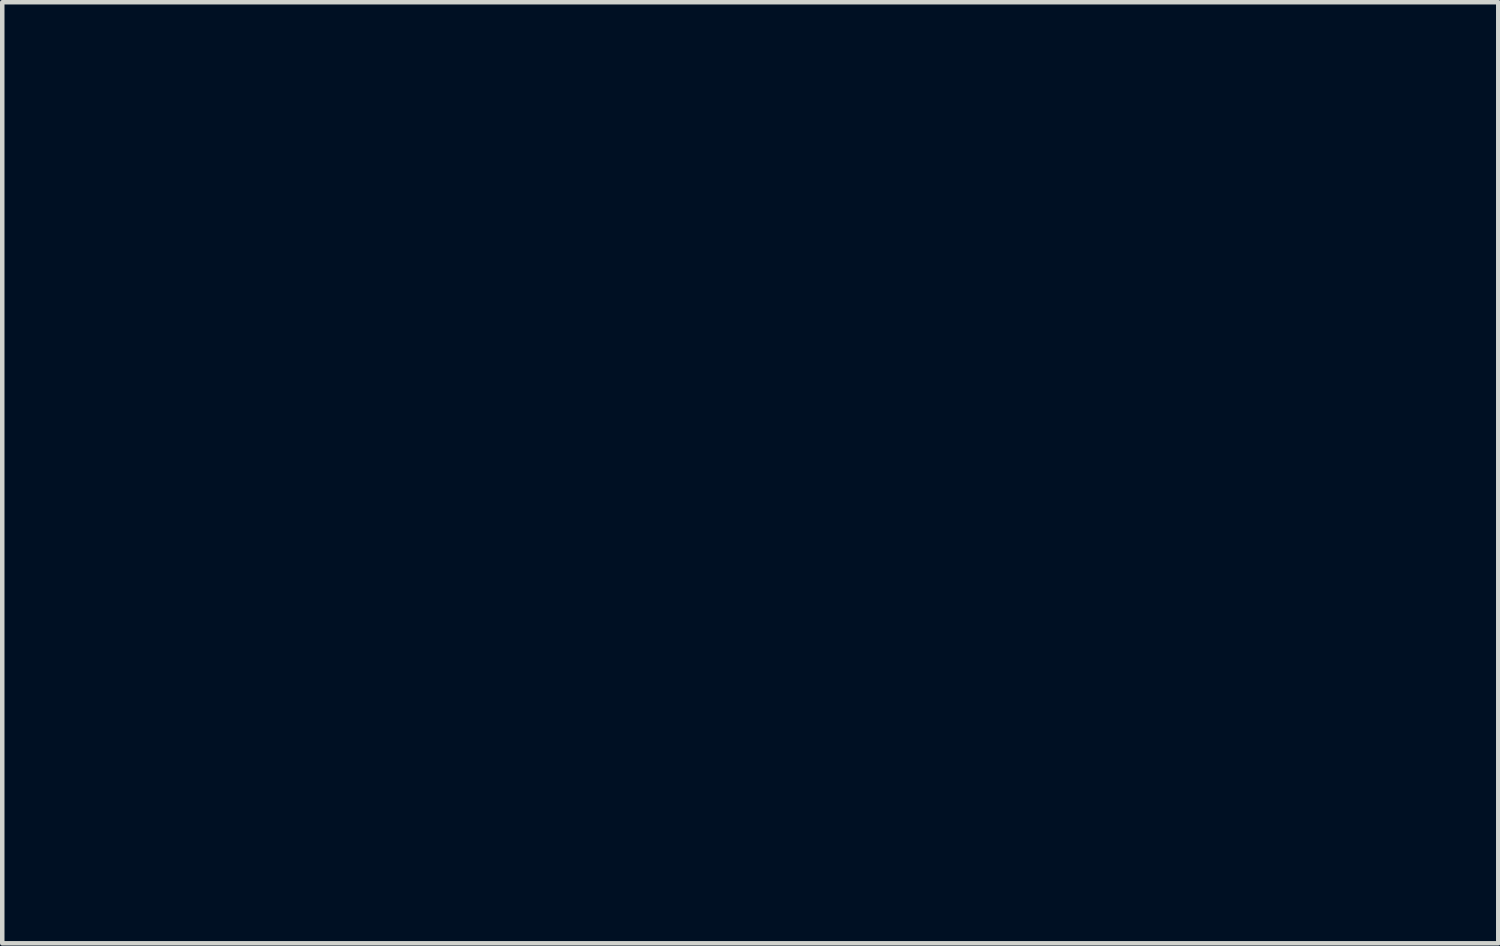
<source format=kicad_pcb>
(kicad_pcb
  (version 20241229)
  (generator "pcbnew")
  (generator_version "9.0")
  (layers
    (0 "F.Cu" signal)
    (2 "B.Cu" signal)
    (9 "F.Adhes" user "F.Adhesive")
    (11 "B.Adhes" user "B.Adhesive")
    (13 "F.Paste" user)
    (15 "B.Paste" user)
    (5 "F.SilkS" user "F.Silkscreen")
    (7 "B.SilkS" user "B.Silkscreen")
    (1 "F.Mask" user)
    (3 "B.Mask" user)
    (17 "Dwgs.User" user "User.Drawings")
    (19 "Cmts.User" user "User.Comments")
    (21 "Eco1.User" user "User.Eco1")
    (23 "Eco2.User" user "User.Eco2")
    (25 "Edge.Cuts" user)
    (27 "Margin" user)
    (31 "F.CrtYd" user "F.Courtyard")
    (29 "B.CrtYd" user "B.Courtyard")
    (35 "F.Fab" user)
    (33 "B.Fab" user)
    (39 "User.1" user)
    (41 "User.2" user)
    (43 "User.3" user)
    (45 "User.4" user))
  (footprint "kakan_info.Mask"
    (layer "F.Cu")
    (at 13.644 7.471)
    (property "Reference" "kakan_info.Mask" (at 0 0 0) (layer "B.Mask") (effects (font (size 1.524 1.524) (thickness 0.3))))
    (attr through_hole)
    (fp_poly (pts (xy -5.168 4.462) (xy -5.5 4.462) (xy -5.5 3.379) (xy -5.168 3.379) (xy -5.168 4.462)) (stroke (width 0.01) (type solid)) (fill yes) (layer "B.Mask"))
    (fp_poly (pts (xy -1.679 -2.938) (xy -2.01 -2.938) (xy -2.01 -4.373) (xy -1.679 -4.373) (xy -1.679 -2.938)) (stroke (width 0.01) (type solid)) (fill yes) (layer "B.Mask"))
    (fp_poly (pts (xy -1.215 4.462) (xy -1.524 4.462) (xy -1.524 3.379) (xy -1.215 3.379) (xy -1.215 4.462)) (stroke (width 0.01) (type solid)) (fill yes) (layer "B.Mask"))
    (fp_poly (pts (xy 5.257 -0.464) (xy 4.925 -0.464) (xy 4.925 -1.546) (xy 5.257 -1.546) (xy 5.257 -0.464)) (stroke (width 0.01) (type solid)) (fill yes) (layer "B.Mask"))
    (fp_poly (pts (xy 9.166 0.839) (xy 8.724 0.839) (xy 8.724 1.988) (xy 8.393 1.988) (xy 8.393 0.839) (xy 7.973 0.839) (xy 7.973 0.552) (xy 9.166 0.552) (xy 9.166 0.839)) (stroke (width 0.01) (type solid)) (fill yes) (layer "B.Mask"))
    (fp_poly (pts (xy 5.174 -2.019) (xy 5.234 -1.972) (xy 5.27 -1.906) (xy 5.277 -1.831) (xy 5.248 -1.755) (xy 5.246 -1.752) (xy 5.185 -1.7) (xy 5.103 -1.675) (xy 5.028 -1.681) (xy 4.954 -1.72) (xy 4.914 -1.787) (xy 4.905 -1.855) (xy 4.921 -1.944) (xy 4.97 -2.005) (xy 5.017 -2.029) (xy 5.1 -2.041) (xy 5.174 -2.019)) (stroke (width 0.01) (type solid)) (fill yes) (layer "B.Mask"))
    (fp_poly (pts (xy -5.239 2.903) (xy -5.176 2.955) (xy -5.154 3.012) (xy -5.148 3.087) (xy -5.159 3.157) (xy -5.174 3.187) (xy -5.23 3.231) (xy -5.308 3.25) (xy -5.389 3.241) (xy -5.404 3.236) (xy -5.472 3.187) (xy -5.508 3.119) (xy -5.511 3.044) (xy -5.482 2.973) (xy -5.419 2.916) (xy -5.407 2.909) (xy -5.319 2.886) (xy -5.239 2.903)) (stroke (width 0.01) (type solid)) (fill yes) (layer "B.Mask"))
    (fp_poly (pts (xy -1.277 2.909) (xy -1.217 2.971) (xy -1.206 2.992) (xy -1.184 3.079) (xy -1.203 3.158) (xy -1.258 3.219) (xy -1.294 3.238) (xy -1.344 3.259) (xy -1.374 3.265) (xy -1.405 3.257) (xy -1.448 3.238) (xy -1.516 3.188) (xy -1.552 3.119) (xy -1.557 3.043) (xy -1.529 2.971) (xy -1.47 2.915) (xy -1.445 2.902) (xy -1.356 2.885) (xy -1.277 2.909)) (stroke (width 0.01) (type solid)) (fill yes) (layer "B.Mask"))
    (fp_poly (pts (xy -8.99 0.888) (xy -8.884 0.895) (xy -8.788 0.908) (xy -8.748 0.916) (xy -8.592 0.954) (xy -8.592 1.988) (xy -8.923 1.988) (xy -8.923 1.174) (xy -8.984 1.161) (xy -9.042 1.157) (xy -9.119 1.162) (xy -9.158 1.167) (xy -9.271 1.185) (xy -9.293 1.062) (xy -9.303 0.987) (xy -9.303 0.935) (xy -9.297 0.918) (xy -9.259 0.902) (xy -9.188 0.892) (xy -9.095 0.887) (xy -8.99 0.888)) (stroke (width 0.01) (type solid)) (fill yes) (layer "B.Mask"))
    (fp_poly (pts (xy 6.317 -4.037) (xy 6.422 -4.03) (xy 6.518 -4.018) (xy 6.559 -4.009) (xy 6.714 -3.971) (xy 6.714 -2.938) (xy 6.383 -2.938) (xy 6.383 -3.751) (xy 6.322 -3.764) (xy 6.265 -3.768) (xy 6.187 -3.764) (xy 6.149 -3.759) (xy 6.036 -3.74) (xy 6.013 -3.863) (xy 6.003 -3.938) (xy 6.004 -3.991) (xy 6.009 -4.007) (xy 6.047 -4.023) (xy 6.118 -4.034) (xy 6.212 -4.038) (xy 6.317 -4.037)) (stroke (width 0.01) (type solid)) (fill yes) (layer "B.Mask"))
    (fp_poly (pts (xy -0.743 3.37) (xy -0.64 3.374) (xy -0.546 3.383) (xy -0.473 3.395) (xy -0.458 3.399) (xy -0.353 3.429) (xy -0.353 4.462) (xy -0.663 4.462) (xy -0.663 3.65) (xy -0.727 3.637) (xy -0.787 3.633) (xy -0.866 3.637) (xy -0.901 3.642) (xy -1.011 3.659) (xy -1.036 3.537) (xy -1.048 3.453) (xy -1.045 3.404) (xy -1.037 3.392) (xy -1.003 3.38) (xy -0.935 3.372) (xy -0.845 3.369) (xy -0.743 3.37)) (stroke (width 0.01) (type solid)) (fill yes) (layer "B.Mask"))
    (fp_poly (pts (xy 2.576 -4.035) (xy 2.681 -4.026) (xy 2.771 -4.012) (xy 2.782 -4.009) (xy 2.938 -3.971) (xy 2.938 -2.938) (xy 2.606 -2.938) (xy 2.606 -3.751) (xy 2.546 -3.765) (xy 2.487 -3.768) (xy 2.41 -3.763) (xy 2.378 -3.758) (xy 2.32 -3.747) (xy 2.285 -3.749) (xy 2.264 -3.77) (xy 2.25 -3.82) (xy 2.235 -3.893) (xy 2.225 -3.968) (xy 2.232 -4.007) (xy 2.238 -4.013) (xy 2.286 -4.028) (xy 2.367 -4.036) (xy 2.467 -4.039) (xy 2.576 -4.035)) (stroke (width 0.01) (type solid)) (fill yes) (layer "B.Mask"))
    (fp_poly (pts (xy -7.232 3.369) (xy -7.141 3.382) (xy -7.002 3.406) (xy -7.002 4.462) (xy -7.332 4.462) (xy -7.338 4.047) (xy -7.344 3.633) (xy -7.432 3.627) (xy -7.496 3.627) (xy -7.545 3.643) (xy -7.582 3.677) (xy -7.608 3.736) (xy -7.625 3.823) (xy -7.636 3.943) (xy -7.64 4.101) (xy -7.641 4.18) (xy -7.642 4.462) (xy -7.951 4.462) (xy -7.95 4.081) (xy -7.948 3.9) (xy -7.94 3.758) (xy -7.925 3.649) (xy -7.9 3.565) (xy -7.865 3.502) (xy -7.816 3.454) (xy -7.751 3.414) (xy -7.719 3.399) (xy -7.633 3.374) (xy -7.515 3.36) (xy -7.378 3.358) (xy -7.232 3.369)) (stroke (width 0.01) (type solid)) (fill yes) (layer "B.Mask"))
    (fp_poly (pts (xy -6.008 -2.045) (xy -5.853 -2.024) (xy -5.853 -0.464) (xy -6.162 -0.464) (xy -6.162 -0.913) (xy -6.22 -0.86) (xy -6.259 -0.818) (xy -6.313 -0.751) (xy -6.373 -0.67) (xy -6.399 -0.635) (xy -6.519 -0.464) (xy -6.895 -0.464) (xy -6.845 -0.547) (xy -6.792 -0.628) (xy -6.724 -0.723) (xy -6.651 -0.821) (xy -6.579 -0.91) (xy -6.519 -0.979) (xy -6.497 -1.003) (xy -6.429 -1.066) (xy -6.871 -1.535) (xy -6.68 -1.541) (xy -6.488 -1.548) (xy -6.408 -1.453) (xy -6.343 -1.378) (xy -6.273 -1.299) (xy -6.246 -1.27) (xy -6.163 -1.182) (xy -6.163 -1.624) (xy -6.162 -2.067) (xy -6.008 -2.045)) (stroke (width 0.01) (type solid)) (fill yes) (layer "B.Mask"))
    (fp_poly (pts (xy 1.905 -4.517) (xy 2.065 -4.493) (xy 2.071 -3.715) (xy 2.077 -2.938) (xy 1.745 -2.938) (xy 1.745 -3.388) (xy 1.684 -3.329) (xy 1.644 -3.284) (xy 1.59 -3.214) (xy 1.531 -3.132) (xy 1.513 -3.105) (xy 1.403 -2.939) (xy 1.209 -2.938) (xy 1.016 -2.938) (xy 1.099 -3.072) (xy 1.152 -3.151) (xy 1.222 -3.247) (xy 1.298 -3.343) (xy 1.327 -3.377) (xy 1.473 -3.547) (xy 1.257 -3.778) (xy 1.041 -4.009) (xy 1.232 -4.015) (xy 1.424 -4.022) (xy 1.501 -3.927) (xy 1.565 -3.851) (xy 1.636 -3.772) (xy 1.661 -3.744) (xy 1.744 -3.655) (xy 1.745 -4.541) (xy 1.905 -4.517)) (stroke (width 0.01) (type solid)) (fill yes) (layer "B.Mask"))
    (fp_poly (pts (xy 6.742 2.882) (xy 6.902 2.906) (xy 6.914 4.462) (xy 6.582 4.462) (xy 6.582 3.648) (xy 6.495 3.634) (xy 6.425 3.627) (xy 6.371 3.639) (xy 6.331 3.672) (xy 6.303 3.73) (xy 6.285 3.82) (xy 6.276 3.943) (xy 6.273 4.106) (xy 6.273 4.134) (xy 6.273 4.462) (xy 5.96 4.462) (xy 5.967 4.035) (xy 5.97 3.887) (xy 5.973 3.777) (xy 5.977 3.696) (xy 5.983 3.639) (xy 5.992 3.598) (xy 6.005 3.565) (xy 6.023 3.535) (xy 6.034 3.518) (xy 6.113 3.433) (xy 6.216 3.381) (xy 6.348 3.36) (xy 6.437 3.361) (xy 6.582 3.37) (xy 6.582 2.858) (xy 6.742 2.882)) (stroke (width 0.01) (type solid)) (fill yes) (layer "B.Mask"))
    (fp_poly (pts (xy 5.225 0.895) (xy 5.316 0.908) (xy 5.455 0.932) (xy 5.455 1.988) (xy 5.125 1.988) (xy 5.119 1.574) (xy 5.113 1.16) (xy 5.031 1.153) (xy 4.961 1.157) (xy 4.907 1.188) (xy 4.893 1.201) (xy 4.872 1.223) (xy 4.857 1.246) (xy 4.848 1.277) (xy 4.842 1.324) (xy 4.838 1.394) (xy 4.837 1.493) (xy 4.837 1.622) (xy 4.837 1.988) (xy 4.506 1.988) (xy 4.507 1.607) (xy 4.509 1.427) (xy 4.517 1.285) (xy 4.532 1.175) (xy 4.557 1.092) (xy 4.592 1.029) (xy 4.641 0.98) (xy 4.706 0.941) (xy 4.738 0.925) (xy 4.824 0.9) (xy 4.942 0.886) (xy 5.079 0.884) (xy 5.225 0.895)) (stroke (width 0.01) (type solid)) (fill yes) (layer "B.Mask"))
    (fp_poly (pts (xy -8.459 -1.563) (xy -8.322 -1.549) (xy -8.29 -1.544) (xy -8.15 -1.519) (xy -8.15 -0.464) (xy -8.48 -0.464) (xy -8.486 -0.878) (xy -8.492 -1.292) (xy -8.575 -1.299) (xy -8.645 -1.295) (xy -8.699 -1.264) (xy -8.713 -1.25) (xy -8.733 -1.228) (xy -8.748 -1.206) (xy -8.758 -1.174) (xy -8.764 -1.128) (xy -8.767 -1.058) (xy -8.768 -0.958) (xy -8.769 -0.829) (xy -8.769 -0.464) (xy -9.1 -0.464) (xy -9.1 -0.805) (xy -9.098 -0.934) (xy -9.094 -1.056) (xy -9.087 -1.162) (xy -9.079 -1.238) (xy -9.076 -1.258) (xy -9.032 -1.374) (xy -8.957 -1.468) (xy -8.86 -1.531) (xy -8.823 -1.543) (xy -8.725 -1.56) (xy -8.598 -1.567) (xy -8.459 -1.563)) (stroke (width 0.01) (type solid)) (fill yes) (layer "B.Mask"))
    (fp_poly (pts (xy -5.406 1.32) (xy -5.4 1.734) (xy -5.308 1.741) (xy -5.246 1.739) (xy -5.197 1.722) (xy -5.16 1.685) (xy -5.134 1.623) (xy -5.117 1.532) (xy -5.107 1.407) (xy -5.103 1.245) (xy -5.102 1.165) (xy -5.102 0.906) (xy -4.793 0.906) (xy -4.793 1.276) (xy -4.794 1.406) (xy -4.798 1.526) (xy -4.804 1.628) (xy -4.811 1.7) (xy -4.816 1.728) (xy -4.862 1.829) (xy -4.934 1.916) (xy -5.021 1.976) (xy -5.029 1.98) (xy -5.089 1.994) (xy -5.181 2.003) (xy -5.293 2.007) (xy -5.412 2.005) (xy -5.526 1.998) (xy -5.623 1.986) (xy -5.638 1.983) (xy -5.743 1.961) (xy -5.743 0.906) (xy -5.412 0.906) (xy -5.406 1.32)) (stroke (width 0.01) (type solid)) (fill yes) (layer "B.Mask"))
    (fp_poly (pts (xy -3.661 3.793) (xy -3.655 4.208) (xy -3.592 4.215) (xy -3.518 4.218) (xy -3.46 4.205) (xy -3.418 4.172) (xy -3.389 4.114) (xy -3.37 4.026) (xy -3.361 3.905) (xy -3.357 3.745) (xy -3.357 3.711) (xy -3.357 3.379) (xy -3.02 3.379) (xy -3.03 3.774) (xy -3.034 3.917) (xy -3.038 4.024) (xy -3.043 4.103) (xy -3.052 4.161) (xy -3.063 4.206) (xy -3.079 4.247) (xy -3.094 4.276) (xy -3.147 4.36) (xy -3.212 4.419) (xy -3.297 4.457) (xy -3.41 4.476) (xy -3.558 4.481) (xy -3.566 4.481) (xy -3.673 4.478) (xy -3.774 4.472) (xy -3.854 4.463) (xy -3.882 4.458) (xy -3.976 4.437) (xy -3.976 3.379) (xy -3.667 3.379) (xy -3.661 3.793)) (stroke (width 0.01) (type solid)) (fill yes) (layer "B.Mask"))
    (fp_poly (pts (xy -3.705 -2.044) (xy -3.545 -2.02) (xy -3.539 -1.242) (xy -3.533 -0.464) (xy -3.865 -0.464) (xy -3.865 -0.914) (xy -3.926 -0.855) (xy -3.966 -0.81) (xy -4.02 -0.74) (xy -4.079 -0.658) (xy -4.097 -0.631) (xy -4.208 -0.465) (xy -4.39 -0.464) (xy -4.473 -0.466) (xy -4.537 -0.471) (xy -4.57 -0.479) (xy -4.572 -0.482) (xy -4.559 -0.512) (xy -4.525 -0.569) (xy -4.476 -0.643) (xy -4.417 -0.727) (xy -4.354 -0.813) (xy -4.293 -0.891) (xy -4.247 -0.947) (xy -4.137 -1.072) (xy -4.353 -1.304) (xy -4.569 -1.535) (xy -4.377 -1.542) (xy -4.186 -1.548) (xy -4.086 -1.432) (xy -4.025 -1.36) (xy -3.965 -1.292) (xy -3.927 -1.248) (xy -3.867 -1.182) (xy -3.866 -1.625) (xy -3.865 -2.068) (xy -3.705 -2.044)) (stroke (width 0.01) (type solid)) (fill yes) (layer "B.Mask"))
    (fp_poly (pts (xy -2.594 0.895) (xy -2.503 0.908) (xy -2.363 0.932) (xy -2.363 1.988) (xy -2.695 1.988) (xy -2.695 1.582) (xy -2.695 1.433) (xy -2.696 1.323) (xy -2.701 1.246) (xy -2.711 1.196) (xy -2.727 1.167) (xy -2.752 1.153) (xy -2.787 1.149) (xy -2.825 1.149) (xy -2.88 1.155) (xy -2.922 1.178) (xy -2.954 1.221) (xy -2.977 1.29) (xy -2.991 1.389) (xy -2.999 1.523) (xy -3.002 1.695) (xy -3.003 1.706) (xy -3.004 1.988) (xy -3.313 1.988) (xy -3.312 1.607) (xy -3.31 1.427) (xy -3.302 1.285) (xy -3.287 1.175) (xy -3.262 1.092) (xy -3.227 1.029) (xy -3.177 0.98) (xy -3.113 0.941) (xy -3.081 0.925) (xy -2.995 0.9) (xy -2.877 0.886) (xy -2.74 0.884) (xy -2.594 0.895)) (stroke (width 0.01) (type solid)) (fill yes) (layer "B.Mask"))
    (fp_poly (pts (xy -6.876 0.398) (xy -6.783 0.417) (xy -6.717 0.443) (xy -6.662 0.483) (xy -6.622 0.523) (xy -6.59 0.558) (xy -6.565 0.593) (xy -6.545 0.634) (xy -6.53 0.685) (xy -6.519 0.752) (xy -6.511 0.84) (xy -6.506 0.955) (xy -6.502 1.101) (xy -6.499 1.285) (xy -6.498 1.353) (xy -6.49 1.988) (xy -6.825 1.988) (xy -6.825 1.171) (xy -7.2 1.171) (xy -7.2 0.906) (xy -6.825 0.906) (xy -6.825 0.838) (xy -6.844 0.761) (xy -6.896 0.703) (xy -6.972 0.669) (xy -7.063 0.664) (xy -7.141 0.683) (xy -7.171 0.692) (xy -7.191 0.682) (xy -7.206 0.647) (xy -7.221 0.581) (xy -7.234 0.507) (xy -7.235 0.455) (xy -7.229 0.44) (xy -7.186 0.418) (xy -7.113 0.402) (xy -7.024 0.393) (xy -6.933 0.392) (xy -6.876 0.398)) (stroke (width 0.01) (type solid)) (fill yes) (layer "B.Mask"))
    (fp_poly (pts (xy 3.115 -1.556) (xy 3.217 -1.551) (xy 3.299 -1.545) (xy 3.341 -1.54) (xy 3.423 -1.522) (xy 3.423 -0.464) (xy 3.114 -0.464) (xy 3.114 -0.87) (xy 3.114 -1.018) (xy 3.112 -1.128) (xy 3.108 -1.205) (xy 3.098 -1.256) (xy 3.082 -1.285) (xy 3.058 -1.299) (xy 3.024 -1.303) (xy 2.99 -1.303) (xy 2.93 -1.297) (xy 2.884 -1.275) (xy 2.85 -1.233) (xy 2.827 -1.166) (xy 2.813 -1.068) (xy 2.807 -0.935) (xy 2.805 -0.792) (xy 2.805 -0.464) (xy 2.469 -0.464) (xy 2.477 -0.857) (xy 2.48 -0.999) (xy 2.484 -1.106) (xy 2.489 -1.183) (xy 2.497 -1.241) (xy 2.509 -1.286) (xy 2.525 -1.326) (xy 2.541 -1.359) (xy 2.587 -1.435) (xy 2.637 -1.49) (xy 2.7 -1.525) (xy 2.785 -1.546) (xy 2.9 -1.556) (xy 3.004 -1.557) (xy 3.115 -1.556)) (stroke (width 0.01) (type solid)) (fill yes) (layer "B.Mask"))
    (fp_poly (pts (xy -0.398 -4.32) (xy -0.243 -4.299) (xy -0.243 -3.765) (xy -0.244 -3.57) (xy -0.247 -3.408) (xy -0.253 -3.283) (xy -0.26 -3.197) (xy -0.268 -3.156) (xy -0.326 -3.048) (xy -0.416 -2.964) (xy -0.446 -2.947) (xy -0.503 -2.93) (xy -0.588 -2.921) (xy -0.688 -2.917) (xy -0.788 -2.921) (xy -0.873 -2.931) (xy -0.912 -2.942) (xy -0.956 -2.964) (xy -0.966 -2.999) (xy -0.962 -3.028) (xy -0.944 -3.121) (xy -0.932 -3.178) (xy -0.92 -3.206) (xy -0.907 -3.214) (xy -0.886 -3.208) (xy -0.869 -3.201) (xy -0.777 -3.182) (xy -0.687 -3.189) (xy -0.617 -3.221) (xy -0.595 -3.243) (xy -0.58 -3.272) (xy -0.57 -3.316) (xy -0.563 -3.385) (xy -0.558 -3.488) (xy -0.557 -3.508) (xy -0.546 -3.755) (xy -0.928 -3.755) (xy -0.928 -4.02) (xy -0.552 -4.02) (xy -0.552 -4.342) (xy -0.398 -4.32)) (stroke (width 0.01) (type solid)) (fill yes) (layer "B.Mask"))
    (fp_poly (pts (xy 1.457 3.37) (xy 1.56 3.374) (xy 1.642 3.38) (xy 1.684 3.386) (xy 1.767 3.403) (xy 1.767 4.462) (xy 1.458 4.462) (xy 1.458 4.055) (xy 1.458 3.907) (xy 1.456 3.797) (xy 1.451 3.72) (xy 1.442 3.67) (xy 1.426 3.64) (xy 1.402 3.627) (xy 1.368 3.623) (xy 1.333 3.622) (xy 1.273 3.628) (xy 1.227 3.65) (xy 1.194 3.692) (xy 1.171 3.76) (xy 1.157 3.857) (xy 1.15 3.99) (xy 1.149 4.134) (xy 1.149 4.462) (xy 0.817 4.462) (xy 0.817 4.169) (xy 0.822 3.961) (xy 0.835 3.787) (xy 0.857 3.651) (xy 0.887 3.556) (xy 0.898 3.534) (xy 0.938 3.484) (xy 0.996 3.433) (xy 1.011 3.422) (xy 1.049 3.399) (xy 1.087 3.383) (xy 1.136 3.374) (xy 1.205 3.37) (xy 1.305 3.368) (xy 1.346 3.368) (xy 1.457 3.37)) (stroke (width 0.01) (type solid)) (fill yes) (layer "B.Mask"))
    (fp_poly (pts (xy 7.664 3.079) (xy 7.819 3.1) (xy 7.819 3.634) (xy 7.818 3.829) (xy 7.814 3.991) (xy 7.809 4.116) (xy 7.801 4.202) (xy 7.794 4.243) (xy 7.735 4.351) (xy 7.646 4.435) (xy 7.616 4.453) (xy 7.559 4.469) (xy 7.474 4.479) (xy 7.374 4.482) (xy 7.274 4.478) (xy 7.189 4.468) (xy 7.149 4.458) (xy 7.106 4.435) (xy 7.096 4.4) (xy 7.1 4.371) (xy 7.117 4.278) (xy 7.13 4.222) (xy 7.141 4.193) (xy 7.155 4.185) (xy 7.176 4.191) (xy 7.192 4.198) (xy 7.284 4.217) (xy 7.375 4.21) (xy 7.445 4.178) (xy 7.467 4.156) (xy 7.482 4.127) (xy 7.492 4.083) (xy 7.499 4.014) (xy 7.504 3.912) (xy 7.505 3.891) (xy 7.515 3.644) (xy 7.134 3.644) (xy 7.134 3.379) (xy 7.51 3.379) (xy 7.51 3.058) (xy 7.664 3.079)) (stroke (width 0.01) (type solid)) (fill yes) (layer "B.Mask"))
    (fp_poly (pts (xy 7.603 0.405) (xy 7.677 0.413) (xy 7.737 0.419) (xy 7.758 0.419) (xy 7.768 0.422) (xy 7.776 0.432) (xy 7.783 0.454) (xy 7.788 0.492) (xy 7.792 0.55) (xy 7.794 0.633) (xy 7.796 0.745) (xy 7.796 0.89) (xy 7.797 1.073) (xy 7.797 1.204) (xy 7.797 1.988) (xy 7.487 1.988) (xy 7.487 1.174) (xy 7.401 1.16) (xy 7.306 1.159) (xy 7.237 1.193) (xy 7.199 1.251) (xy 7.192 1.292) (xy 7.186 1.367) (xy 7.181 1.469) (xy 7.179 1.587) (xy 7.178 1.647) (xy 7.178 1.988) (xy 6.847 1.988) (xy 6.847 1.64) (xy 6.849 1.512) (xy 6.853 1.391) (xy 6.859 1.288) (xy 6.867 1.215) (xy 6.871 1.193) (xy 6.919 1.068) (xy 6.996 0.975) (xy 7.104 0.915) (xy 7.24 0.887) (xy 7.343 0.887) (xy 7.487 0.897) (xy 7.487 0.391) (xy 7.603 0.405)) (stroke (width 0.01) (type solid)) (fill yes) (layer "B.Mask"))
    (fp_poly (pts (xy 9.277 -4.528) (xy 9.368 -4.507) (xy 9.431 -4.481) (xy 9.485 -4.441) (xy 9.524 -4.403) (xy 9.555 -4.367) (xy 9.581 -4.332) (xy 9.6 -4.292) (xy 9.615 -4.241) (xy 9.626 -4.174) (xy 9.634 -4.086) (xy 9.64 -3.971) (xy 9.643 -3.824) (xy 9.646 -3.641) (xy 9.647 -3.573) (xy 9.656 -2.938) (xy 9.321 -2.938) (xy 9.321 -3.755) (xy 8.945 -3.755) (xy 8.945 -4.02) (xy 9.321 -4.02) (xy 9.321 -4.087) (xy 9.3 -4.163) (xy 9.264 -4.211) (xy 9.218 -4.248) (xy 9.167 -4.26) (xy 9.115 -4.258) (xy 9.048 -4.248) (xy 8.996 -4.236) (xy 8.988 -4.232) (xy 8.966 -4.232) (xy 8.948 -4.257) (xy 8.931 -4.316) (xy 8.925 -4.341) (xy 8.912 -4.416) (xy 8.911 -4.469) (xy 8.916 -4.486) (xy 8.96 -4.508) (xy 9.034 -4.525) (xy 9.123 -4.534) (xy 9.213 -4.535) (xy 9.277 -4.528)) (stroke (width 0.01) (type solid)) (fill yes) (layer "B.Mask"))
    (fp_poly (pts (xy -4.412 3.079) (xy -4.252 3.103) (xy -4.252 3.655) (xy -4.252 3.829) (xy -4.253 3.964) (xy -4.255 4.067) (xy -4.259 4.143) (xy -4.265 4.199) (xy -4.273 4.24) (xy -4.284 4.272) (xy -4.293 4.291) (xy -4.344 4.372) (xy -4.407 4.427) (xy -4.492 4.46) (xy -4.607 4.475) (xy -4.66 4.477) (xy -4.756 4.477) (xy -4.841 4.471) (xy -4.902 4.461) (xy -4.911 4.458) (xy -4.948 4.441) (xy -4.965 4.419) (xy -4.966 4.377) (xy -4.96 4.322) (xy -4.948 4.243) (xy -4.934 4.2) (xy -4.914 4.186) (xy -4.881 4.193) (xy -4.868 4.197) (xy -4.777 4.217) (xy -4.69 4.212) (xy -4.624 4.181) (xy -4.616 4.174) (xy -4.596 4.15) (xy -4.584 4.117) (xy -4.576 4.067) (xy -4.573 3.99) (xy -4.572 3.887) (xy -4.572 3.644) (xy -4.925 3.644) (xy -4.925 3.379) (xy -4.572 3.379) (xy -4.572 3.055) (xy -4.412 3.079)) (stroke (width 0.01) (type solid)) (fill yes) (layer "B.Mask"))
    (fp_poly (pts (xy -8.349 -4.039) (xy -8.222 -4.029) (xy -8.143 -4.017) (xy -8.018 -3.992) (xy -8.018 -2.54) (xy -8.349 -2.54) (xy -8.349 -2.934) (xy -8.511 -2.922) (xy -8.64 -2.921) (xy -8.742 -2.944) (xy -8.83 -2.994) (xy -8.91 -3.071) (xy -8.973 -3.157) (xy -9.012 -3.256) (xy -9.031 -3.378) (xy -9.033 -3.468) (xy -9.033 -3.47) (xy -8.707 -3.47) (xy -8.693 -3.351) (xy -8.652 -3.261) (xy -8.588 -3.204) (xy -8.505 -3.183) (xy -8.407 -3.202) (xy -8.405 -3.202) (xy -8.348 -3.224) (xy -8.354 -3.495) (xy -8.36 -3.766) (xy -8.437 -3.772) (xy -8.537 -3.76) (xy -8.618 -3.711) (xy -8.675 -3.63) (xy -8.704 -3.522) (xy -8.707 -3.47) (xy -9.033 -3.47) (xy -9.026 -3.604) (xy -9.003 -3.711) (xy -8.958 -3.8) (xy -8.888 -3.885) (xy -8.882 -3.89) (xy -8.795 -3.964) (xy -8.711 -4.01) (xy -8.691 -4.017) (xy -8.599 -4.033) (xy -8.48 -4.04) (xy -8.349 -4.039)) (stroke (width 0.01) (type solid)) (fill yes) (layer "B.Mask"))
    (fp_poly (pts (xy 1.415 0.605) (xy 1.57 0.627) (xy 1.564 1.206) (xy 1.562 1.382) (xy 1.559 1.519) (xy 1.556 1.623) (xy 1.552 1.7) (xy 1.547 1.754) (xy 1.539 1.792) (xy 1.529 1.819) (xy 1.516 1.841) (xy 1.511 1.848) (xy 1.442 1.926) (xy 1.366 1.975) (xy 1.272 2.001) (xy 1.148 2.008) (xy 1.14 2.008) (xy 1.046 2.005) (xy 0.963 1.997) (xy 0.905 1.986) (xy 0.899 1.984) (xy 0.855 1.961) (xy 0.845 1.927) (xy 0.849 1.897) (xy 0.867 1.805) (xy 0.879 1.748) (xy 0.891 1.719) (xy 0.905 1.712) (xy 0.925 1.717) (xy 0.942 1.724) (xy 1.034 1.743) (xy 1.124 1.736) (xy 1.194 1.704) (xy 1.216 1.682) (xy 1.232 1.654) (xy 1.242 1.609) (xy 1.248 1.541) (xy 1.254 1.438) (xy 1.254 1.417) (xy 1.265 1.171) (xy 0.883 1.171) (xy 0.883 0.906) (xy 1.259 0.906) (xy 1.259 0.584) (xy 1.415 0.605)) (stroke (width 0.01) (type solid)) (fill yes) (layer "B.Mask"))
    (fp_poly (pts (xy 4.047 0.405) (xy 4.121 0.413) (xy 4.181 0.419) (xy 4.202 0.419) (xy 4.212 0.422) (xy 4.22 0.432) (xy 4.227 0.454) (xy 4.232 0.492) (xy 4.236 0.55) (xy 4.238 0.633) (xy 4.24 0.745) (xy 4.24 0.89) (xy 4.241 1.073) (xy 4.241 1.204) (xy 4.241 1.988) (xy 3.931 1.988) (xy 3.931 1.767) (xy 3.931 1.667) (xy 3.929 1.604) (xy 3.923 1.571) (xy 3.913 1.562) (xy 3.895 1.568) (xy 3.886 1.574) (xy 3.855 1.603) (xy 3.807 1.659) (xy 3.748 1.734) (xy 3.705 1.795) (xy 3.568 1.988) (xy 3.199 1.988) (xy 3.249 1.905) (xy 3.358 1.737) (xy 3.481 1.574) (xy 3.53 1.514) (xy 3.64 1.382) (xy 3.504 1.23) (xy 3.433 1.15) (xy 3.363 1.071) (xy 3.307 1.007) (xy 3.295 0.992) (xy 3.221 0.906) (xy 3.595 0.906) (xy 3.763 1.094) (xy 3.931 1.283) (xy 3.931 0.391) (xy 4.047 0.405)) (stroke (width 0.01) (type solid)) (fill yes) (layer "B.Mask"))
    (fp_poly (pts (xy 8.619 -4.32) (xy 8.78 -4.296) (xy 8.78 -3.733) (xy 8.779 -3.559) (xy 8.778 -3.424) (xy 8.776 -3.321) (xy 8.773 -3.245) (xy 8.768 -3.191) (xy 8.76 -3.152) (xy 8.75 -3.122) (xy 8.736 -3.096) (xy 8.735 -3.094) (xy 8.683 -3.019) (xy 8.624 -2.969) (xy 8.548 -2.939) (xy 8.445 -2.925) (xy 8.375 -2.922) (xy 8.279 -2.922) (xy 8.193 -2.928) (xy 8.131 -2.937) (xy 8.12 -2.941) (xy 8.083 -2.958) (xy 8.066 -2.98) (xy 8.065 -3.022) (xy 8.072 -3.077) (xy 8.084 -3.156) (xy 8.097 -3.199) (xy 8.117 -3.213) (xy 8.15 -3.207) (xy 8.163 -3.202) (xy 8.254 -3.182) (xy 8.341 -3.187) (xy 8.408 -3.218) (xy 8.415 -3.225) (xy 8.435 -3.249) (xy 8.448 -3.282) (xy 8.455 -3.332) (xy 8.459 -3.409) (xy 8.459 -3.512) (xy 8.459 -3.755) (xy 8.106 -3.755) (xy 8.106 -4.02) (xy 8.459 -4.02) (xy 8.459 -4.344) (xy 8.619 -4.32)) (stroke (width 0.01) (type solid)) (fill yes) (layer "B.Mask"))
    (fp_poly (pts (xy 8.77 -1.894) (xy 8.807 -1.89) (xy 8.945 -1.873) (xy 8.945 -0.47) (xy 8.829 -0.456) (xy 8.711 -0.447) (xy 8.576 -0.444) (xy 8.439 -0.447) (xy 8.314 -0.456) (xy 8.216 -0.47) (xy 8.203 -0.473) (xy 8.086 -0.513) (xy 7.971 -0.571) (xy 7.877 -0.639) (xy 7.848 -0.666) (xy 7.767 -0.784) (xy 7.711 -0.929) (xy 7.682 -1.09) (xy 7.68 -1.169) (xy 8.023 -1.169) (xy 8.04 -1.037) (xy 8.086 -0.921) (xy 8.14 -0.851) (xy 8.231 -0.785) (xy 8.347 -0.745) (xy 8.487 -0.731) (xy 8.592 -0.729) (xy 8.592 -1.612) (xy 8.455 -1.612) (xy 8.311 -1.597) (xy 8.195 -1.552) (xy 8.111 -1.478) (xy 8.083 -1.433) (xy 8.037 -1.304) (xy 8.023 -1.169) (xy 7.68 -1.169) (xy 7.679 -1.257) (xy 7.704 -1.419) (xy 7.756 -1.56) (xy 7.842 -1.684) (xy 7.963 -1.781) (xy 8.117 -1.851) (xy 8.303 -1.893) (xy 8.521 -1.908) (xy 8.77 -1.894)) (stroke (width 0.01) (type solid)) (fill yes) (layer "B.Mask"))
    (fp_poly (pts (xy 0.364 -2.021) (xy 0.371 -1.787) (xy 0.377 -1.553) (xy 0.547 -1.562) (xy 0.642 -1.565) (xy 0.71 -1.56) (xy 0.767 -1.544) (xy 0.817 -1.52) (xy 0.914 -1.446) (xy 0.99 -1.34) (xy 1.043 -1.209) (xy 1.068 -1.061) (xy 1.064 -0.905) (xy 1.058 -0.866) (xy 1.012 -0.717) (xy 0.935 -0.599) (xy 0.825 -0.511) (xy 0.685 -0.455) (xy 0.631 -0.443) (xy 0.556 -0.43) (xy 0.502 -0.424) (xy 0.45 -0.425) (xy 0.384 -0.432) (xy 0.314 -0.442) (xy 0.23 -0.455) (xy 0.15 -0.468) (xy 0.121 -0.474) (xy 0.044 -0.488) (xy 0.044 -0.707) (xy 0.374 -0.707) (xy 0.464 -0.707) (xy 0.54 -0.715) (xy 0.608 -0.735) (xy 0.616 -0.739) (xy 0.682 -0.797) (xy 0.721 -0.891) (xy 0.735 -1.021) (xy 0.735 -1.027) (xy 0.721 -1.144) (xy 0.679 -1.23) (xy 0.614 -1.283) (xy 0.527 -1.299) (xy 0.469 -1.29) (xy 0.387 -1.27) (xy 0.38 -0.988) (xy 0.374 -0.707) (xy 0.044 -0.707) (xy 0.044 -2.069) (xy 0.364 -2.021)) (stroke (width 0.01) (type solid)) (fill yes) (layer "B.Mask"))
    (fp_poly (pts (xy -0.878 -2.045) (xy -0.718 -2.021) (xy -0.712 -1.255) (xy -0.706 -0.49) (xy -0.767 -0.477) (xy -0.826 -0.466) (xy -0.904 -0.454) (xy -0.99 -0.441) (xy -1.07 -0.431) (xy -1.131 -0.424) (xy -1.16 -0.423) (xy -1.193 -0.427) (xy -1.253 -0.437) (xy -1.283 -0.442) (xy -1.407 -0.475) (xy -1.509 -0.533) (xy -1.596 -0.616) (xy -1.66 -0.704) (xy -1.7 -0.805) (xy -1.719 -0.927) (xy -1.718 -1.017) (xy -1.397 -1.017) (xy -1.381 -0.894) (xy -1.334 -0.8) (xy -1.26 -0.737) (xy -1.162 -0.708) (xy -1.132 -0.707) (xy -1.037 -0.707) (xy -1.043 -0.988) (xy -1.049 -1.27) (xy -1.128 -1.29) (xy -1.224 -1.295) (xy -1.302 -1.262) (xy -1.358 -1.194) (xy -1.391 -1.095) (xy -1.397 -1.017) (xy -1.718 -1.017) (xy -1.718 -1.075) (xy -1.71 -1.176) (xy -1.697 -1.249) (xy -1.672 -1.311) (xy -1.644 -1.362) (xy -1.568 -1.46) (xy -1.478 -1.524) (xy -1.366 -1.557) (xy -1.224 -1.563) (xy -1.209 -1.562) (xy -1.038 -1.553) (xy -1.038 -2.069) (xy -0.878 -2.045)) (stroke (width 0.01) (type solid)) (fill yes) (layer "B.Mask"))
    (fp_poly (pts (xy 2.705 3.374) (xy 2.836 3.436) (xy 2.945 3.535) (xy 3.011 3.633) (xy 3.043 3.725) (xy 3.06 3.843) (xy 3.061 3.97) (xy 3.048 4.092) (xy 3.019 4.192) (xy 3.01 4.211) (xy 2.921 4.334) (xy 2.806 4.424) (xy 2.67 4.479) (xy 2.52 4.495) (xy 2.415 4.483) (xy 2.272 4.435) (xy 2.158 4.354) (xy 2.075 4.243) (xy 2.024 4.102) (xy 2.005 3.933) (xy 2.005 3.92) (xy 2.007 3.903) (xy 2.333 3.903) (xy 2.344 4.022) (xy 2.344 4.024) (xy 2.381 4.12) (xy 2.44 4.186) (xy 2.514 4.217) (xy 2.596 4.21) (xy 2.63 4.196) (xy 2.685 4.144) (xy 2.72 4.065) (xy 2.737 3.97) (xy 2.735 3.869) (xy 2.715 3.774) (xy 2.677 3.695) (xy 2.622 3.644) (xy 2.604 3.636) (xy 2.519 3.626) (xy 2.446 3.653) (xy 2.388 3.713) (xy 2.349 3.798) (xy 2.333 3.903) (xy 2.007 3.903) (xy 2.023 3.752) (xy 2.074 3.609) (xy 2.156 3.496) (xy 2.268 3.414) (xy 2.406 3.365) (xy 2.553 3.352) (xy 2.705 3.374)) (stroke (width 0.01) (type solid)) (fill yes) (layer "B.Mask"))
    (fp_poly (pts (xy 3.651 3.37) (xy 3.787 3.425) (xy 3.896 3.513) (xy 3.977 3.632) (xy 4.027 3.779) (xy 4.042 3.937) (xy 4.026 4.093) (xy 3.979 4.228) (xy 3.907 4.339) (xy 3.811 4.419) (xy 3.715 4.459) (xy 3.511 4.491) (xy 3.318 4.481) (xy 3.314 4.481) (xy 3.244 4.467) (xy 3.192 4.452) (xy 3.175 4.443) (xy 3.171 4.416) (xy 3.174 4.361) (xy 3.183 4.294) (xy 3.194 4.232) (xy 3.206 4.189) (xy 3.211 4.181) (xy 3.235 4.182) (xy 3.278 4.196) (xy 3.364 4.215) (xy 3.463 4.217) (xy 3.555 4.202) (xy 3.598 4.187) (xy 3.663 4.128) (xy 3.702 4.037) (xy 3.714 3.925) (xy 3.697 3.806) (xy 3.647 3.715) (xy 3.57 3.654) (xy 3.471 3.626) (xy 3.354 3.635) (xy 3.286 3.656) (xy 3.263 3.655) (xy 3.242 3.626) (xy 3.22 3.562) (xy 3.216 3.549) (xy 3.197 3.481) (xy 3.184 3.432) (xy 3.181 3.416) (xy 3.201 3.398) (xy 3.254 3.38) (xy 3.329 3.365) (xy 3.414 3.354) (xy 3.492 3.351) (xy 3.651 3.37)) (stroke (width 0.01) (type solid)) (fill yes) (layer "B.Mask"))
    (fp_poly (pts (xy -10.486 -4.52) (xy -10.412 -4.512) (xy -10.352 -4.507) (xy -10.331 -4.506) (xy -10.321 -4.503) (xy -10.313 -4.493) (xy -10.306 -4.471) (xy -10.301 -4.433) (xy -10.298 -4.374) (xy -10.295 -4.29) (xy -10.294 -4.178) (xy -10.293 -4.032) (xy -10.293 -3.848) (xy -10.293 -3.734) (xy -10.293 -2.963) (xy -10.408 -2.941) (xy -10.588 -2.914) (xy -10.747 -2.906) (xy -10.869 -2.915) (xy -11.016 -2.96) (xy -11.135 -3.039) (xy -11.224 -3.148) (xy -11.281 -3.287) (xy -11.304 -3.425) (xy -11.302 -3.501) (xy -10.977 -3.501) (xy -10.963 -3.372) (xy -10.919 -3.275) (xy -10.848 -3.212) (xy -10.748 -3.183) (xy -10.707 -3.181) (xy -10.602 -3.181) (xy -10.602 -3.731) (xy -10.689 -3.757) (xy -10.79 -3.769) (xy -10.872 -3.743) (xy -10.933 -3.681) (xy -10.969 -3.587) (xy -10.977 -3.501) (xy -11.302 -3.501) (xy -11.299 -3.592) (xy -11.263 -3.74) (xy -11.198 -3.864) (xy -11.106 -3.958) (xy -11.033 -4) (xy -10.942 -4.028) (xy -10.833 -4.04) (xy -10.728 -4.036) (xy -10.658 -4.02) (xy -10.602 -3.999) (xy -10.602 -4.534) (xy -10.486 -4.52)) (stroke (width 0.01) (type solid)) (fill yes) (layer "B.Mask"))
    (fp_poly (pts (xy -1.303 0.553) (xy -1.214 0.562) (xy -1.141 0.568) (xy -1.095 0.572) (xy -1.088 0.573) (xy -1.08 0.583) (xy -1.073 0.614) (xy -1.068 0.67) (xy -1.065 0.754) (xy -1.062 0.87) (xy -1.061 1.023) (xy -1.06 1.214) (xy -1.06 1.281) (xy -1.06 1.988) (xy -1.391 1.988) (xy -1.391 1.524) (xy -1.47 1.524) (xy -1.586 1.517) (xy -1.71 1.499) (xy -1.827 1.472) (xy -1.923 1.44) (xy -1.958 1.423) (xy -2.055 1.347) (xy -2.12 1.246) (xy -2.154 1.117) (xy -2.159 1.073) (xy -2.159 1.051) (xy -1.811 1.051) (xy -1.797 1.118) (xy -1.751 1.169) (xy -1.671 1.204) (xy -1.553 1.226) (xy -1.452 1.234) (xy -1.391 1.237) (xy -1.391 0.839) (xy -1.517 0.839) (xy -1.639 0.846) (xy -1.724 0.868) (xy -1.777 0.91) (xy -1.804 0.976) (xy -1.811 1.051) (xy -2.159 1.051) (xy -2.156 0.926) (xy -2.121 0.805) (xy -2.051 0.708) (xy -1.942 0.63) (xy -1.919 0.617) (xy -1.829 0.585) (xy -1.706 0.562) (xy -1.565 0.548) (xy -1.416 0.546) (xy -1.303 0.553)) (stroke (width 0.01) (type solid)) (fill yes) (layer "B.Mask"))
    (fp_poly (pts (xy 0.381 3.078) (xy 0.455 3.086) (xy 0.515 3.091) (xy 0.536 3.092) (xy 0.548 3.095) (xy 0.557 3.107) (xy 0.564 3.132) (xy 0.568 3.177) (xy 0.572 3.246) (xy 0.573 3.344) (xy 0.574 3.477) (xy 0.574 3.64) (xy 0.574 3.81) (xy 0.573 3.942) (xy 0.571 4.043) (xy 0.568 4.117) (xy 0.562 4.172) (xy 0.554 4.212) (xy 0.543 4.246) (xy 0.528 4.277) (xy 0.525 4.284) (xy 0.475 4.367) (xy 0.419 4.422) (xy 0.348 4.456) (xy 0.251 4.473) (xy 0.159 4.477) (xy 0.063 4.477) (xy -0.023 4.471) (xy -0.084 4.462) (xy -0.095 4.459) (xy -0.134 4.44) (xy -0.149 4.414) (xy -0.147 4.364) (xy -0.143 4.343) (xy -0.129 4.258) (xy -0.116 4.21) (xy -0.1 4.189) (xy -0.075 4.19) (xy -0.053 4.198) (xy 0.028 4.216) (xy 0.111 4.215) (xy 0.176 4.196) (xy 0.185 4.19) (xy 0.222 4.138) (xy 0.248 4.044) (xy 0.262 3.911) (xy 0.265 3.816) (xy 0.265 3.644) (xy -0.11 3.644) (xy -0.11 3.379) (xy 0.265 3.379) (xy 0.265 3.064) (xy 0.381 3.078)) (stroke (width 0.01) (type solid)) (fill yes) (layer "B.Mask"))
    (fp_poly (pts (xy -6.119 3.365) (xy -5.986 3.419) (xy -5.869 3.509) (xy -5.856 3.522) (xy -5.786 3.616) (xy -5.743 3.719) (xy -5.724 3.843) (xy -5.725 3.976) (xy -5.74 4.105) (xy -5.772 4.206) (xy -5.826 4.293) (xy -5.879 4.352) (xy -5.991 4.434) (xy -6.126 4.482) (xy -6.277 4.494) (xy -6.381 4.482) (xy -6.51 4.435) (xy -6.622 4.352) (xy -6.71 4.242) (xy -6.759 4.128) (xy -6.775 4.038) (xy -6.78 3.925) (xy -6.779 3.916) (xy -6.449 3.916) (xy -6.436 4.036) (xy -6.4 4.13) (xy -6.345 4.192) (xy -6.275 4.221) (xy -6.194 4.211) (xy -6.161 4.196) (xy -6.103 4.143) (xy -6.067 4.063) (xy -6.05 3.967) (xy -6.052 3.866) (xy -6.074 3.771) (xy -6.115 3.693) (xy -6.173 3.642) (xy -6.188 3.636) (xy -6.274 3.624) (xy -6.347 3.652) (xy -6.403 3.715) (xy -6.439 3.809) (xy -6.449 3.916) (xy -6.779 3.916) (xy -6.775 3.809) (xy -6.759 3.711) (xy -6.757 3.703) (xy -6.728 3.638) (xy -6.68 3.564) (xy -6.645 3.522) (xy -6.53 3.427) (xy -6.398 3.369) (xy -6.259 3.349) (xy -6.119 3.365)) (stroke (width 0.01) (type solid)) (fill yes) (layer "B.Mask"))
    (fp_poly (pts (xy 0.383 0.9) (xy 0.393 0.903) (xy 0.478 0.944) (xy 0.567 1.012) (xy 0.644 1.096) (xy 0.697 1.182) (xy 0.698 1.183) (xy 0.733 1.31) (xy 0.744 1.455) (xy 0.73 1.597) (xy 0.73 1.598) (xy 0.679 1.74) (xy 0.596 1.857) (xy 0.486 1.945) (xy 0.355 2.001) (xy 0.208 2.02) (xy 0.096 2.009) (xy -0.046 1.962) (xy -0.162 1.881) (xy -0.256 1.763) (xy -0.279 1.723) (xy -0.306 1.64) (xy -0.321 1.531) (xy -0.322 1.427) (xy -0.001 1.427) (xy 0.005 1.534) (xy 0.024 1.61) (xy 0.07 1.684) (xy 0.138 1.728) (xy 0.217 1.739) (xy 0.295 1.714) (xy 0.32 1.695) (xy 0.372 1.624) (xy 0.402 1.529) (xy 0.409 1.424) (xy 0.393 1.322) (xy 0.354 1.235) (xy 0.315 1.193) (xy 0.24 1.155) (xy 0.169 1.155) (xy 0.106 1.189) (xy 0.053 1.249) (xy 0.016 1.33) (xy -0.001 1.427) (xy -0.322 1.427) (xy -0.322 1.41) (xy -0.311 1.293) (xy -0.288 1.194) (xy -0.272 1.16) (xy -0.183 1.035) (xy -0.068 0.946) (xy 0.068 0.892) (xy 0.22 0.876) (xy 0.383 0.9)) (stroke (width 0.01) (type solid)) (fill yes) (layer "B.Mask"))
    (fp_poly (pts (xy -9.616 -4.028) (xy -9.476 -3.969) (xy -9.36 -3.872) (xy -9.269 -3.744) (xy -9.244 -3.686) (xy -9.229 -3.621) (xy -9.223 -3.535) (xy -9.222 -3.468) (xy -9.232 -3.316) (xy -9.266 -3.195) (xy -9.325 -3.095) (xy -9.37 -3.046) (xy -9.468 -2.979) (xy -9.595 -2.932) (xy -9.739 -2.908) (xy -9.89 -2.909) (xy -9.948 -2.916) (xy -10.015 -2.931) (xy -10.064 -2.948) (xy -10.077 -2.956) (xy -10.086 -2.989) (xy -10.086 -3.053) (xy -10.082 -3.103) (xy -10.072 -3.173) (xy -10.06 -3.209) (xy -10.042 -3.218) (xy -10.019 -3.214) (xy -9.938 -3.196) (xy -9.844 -3.187) (xy -9.756 -3.188) (xy -9.693 -3.199) (xy -9.691 -3.2) (xy -9.62 -3.249) (xy -9.573 -3.325) (xy -9.549 -3.418) (xy -9.548 -3.517) (xy -9.57 -3.612) (xy -9.614 -3.692) (xy -9.682 -3.748) (xy -9.695 -3.754) (xy -9.762 -3.768) (xy -9.851 -3.768) (xy -9.941 -3.756) (xy -9.993 -3.741) (xy -10.01 -3.755) (xy -10.031 -3.8) (xy -10.051 -3.86) (xy -10.066 -3.924) (xy -10.072 -3.976) (xy -10.051 -3.998) (xy -9.998 -4.018) (xy -9.921 -4.035) (xy -9.833 -4.045) (xy -9.776 -4.047) (xy -9.616 -4.028)) (stroke (width 0.01) (type solid)) (fill yes) (layer "B.Mask"))
    (fp_poly (pts (xy -7.755 0.882) (xy -7.656 0.904) (xy -7.573 0.946) (xy -7.486 1.011) (xy -7.41 1.086) (xy -7.366 1.148) (xy -7.326 1.264) (xy -7.308 1.402) (xy -7.312 1.546) (xy -7.339 1.678) (xy -7.367 1.748) (xy -7.42 1.824) (xy -7.493 1.899) (xy -7.571 1.958) (xy -7.608 1.977) (xy -7.726 2.009) (xy -7.858 2.019) (xy -7.971 2.008) (xy -8.1 1.961) (xy -8.213 1.879) (xy -8.3 1.769) (xy -8.349 1.655) (xy -8.365 1.564) (xy -8.37 1.451) (xy -8.369 1.427) (xy -8.041 1.427) (xy -8.033 1.53) (xy -8.008 1.623) (xy -7.966 1.695) (xy -7.935 1.721) (xy -7.856 1.743) (xy -7.774 1.728) (xy -7.72 1.695) (xy -7.672 1.626) (xy -7.644 1.531) (xy -7.638 1.424) (xy -7.654 1.318) (xy -7.694 1.228) (xy -7.754 1.172) (xy -7.828 1.15) (xy -7.904 1.163) (xy -7.972 1.21) (xy -7.996 1.243) (xy -8.029 1.327) (xy -8.041 1.427) (xy -8.369 1.427) (xy -8.365 1.335) (xy -8.349 1.238) (xy -8.347 1.229) (xy -8.304 1.138) (xy -8.232 1.046) (xy -8.142 0.967) (xy -8.048 0.914) (xy -8.046 0.914) (xy -7.904 0.88) (xy -7.755 0.882)) (stroke (width 0.01) (type solid)) (fill yes) (layer "B.Mask"))
    (fp_poly (pts (xy -2.573 -4.373) (xy -2.482 -4.364) (xy -2.406 -4.358) (xy -2.357 -4.353) (xy -2.347 -4.353) (xy -2.339 -4.343) (xy -2.332 -4.312) (xy -2.327 -4.256) (xy -2.324 -4.171) (xy -2.321 -4.055) (xy -2.32 -3.902) (xy -2.319 -3.71) (xy -2.319 -3.647) (xy -2.319 -2.944) (xy -2.435 -2.93) (xy -2.563 -2.92) (xy -2.705 -2.917) (xy -2.846 -2.922) (xy -2.971 -2.933) (xy -3.068 -2.95) (xy -3.07 -2.951) (xy -3.237 -3.014) (xy -3.371 -3.106) (xy -3.472 -3.225) (xy -3.539 -3.373) (xy -3.573 -3.551) (xy -3.577 -3.665) (xy -3.576 -3.681) (xy -3.23 -3.681) (xy -3.221 -3.561) (xy -3.191 -3.448) (xy -3.139 -3.352) (xy -3.068 -3.282) (xy -3.033 -3.263) (xy -2.957 -3.232) (xy -2.902 -3.215) (xy -2.848 -3.207) (xy -2.777 -3.205) (xy -2.766 -3.204) (xy -2.65 -3.203) (xy -2.65 -4.086) (xy -2.793 -4.086) (xy -2.918 -4.079) (xy -3.013 -4.055) (xy -3.089 -4.01) (xy -3.112 -3.991) (xy -3.176 -3.906) (xy -3.215 -3.8) (xy -3.23 -3.681) (xy -3.576 -3.681) (xy -3.561 -3.852) (xy -3.512 -4.009) (xy -3.431 -4.138) (xy -3.316 -4.239) (xy -3.236 -4.285) (xy -3.066 -4.345) (xy -2.867 -4.376) (xy -2.643 -4.378) (xy -2.573 -4.373)) (stroke (width 0.01) (type solid)) (fill yes) (layer "B.Mask"))
    (fp_poly (pts (xy -1.966 2.88) (xy -1.811 2.902) (xy -1.811 3.669) (xy -1.811 3.874) (xy -1.812 4.039) (xy -1.813 4.169) (xy -1.815 4.267) (xy -1.818 4.339) (xy -1.822 4.389) (xy -1.828 4.42) (xy -1.836 4.438) (xy -1.845 4.446) (xy -1.85 4.448) (xy -1.886 4.456) (xy -1.951 4.466) (xy -2.032 4.477) (xy -2.118 4.488) (xy -2.195 4.497) (xy -2.251 4.503) (xy -2.274 4.503) (xy -2.301 4.498) (xy -2.356 4.489) (xy -2.388 4.483) (xy -2.463 4.467) (xy -2.527 4.446) (xy -2.543 4.439) (xy -2.654 4.358) (xy -2.74 4.247) (xy -2.797 4.112) (xy -2.824 3.961) (xy -2.82 3.858) (xy -2.492 3.858) (xy -2.49 3.961) (xy -2.462 4.063) (xy -2.451 4.088) (xy -2.405 4.157) (xy -2.348 4.197) (xy -2.267 4.215) (xy -2.214 4.217) (xy -2.119 4.219) (xy -2.131 3.656) (xy -2.22 3.637) (xy -2.313 3.631) (xy -2.37 3.642) (xy -2.43 3.688) (xy -2.472 3.763) (xy -2.492 3.858) (xy -2.82 3.858) (xy -2.817 3.802) (xy -2.793 3.694) (xy -2.734 3.56) (xy -2.646 3.458) (xy -2.552 3.399) (xy -2.46 3.371) (xy -2.352 3.359) (xy -2.246 3.363) (xy -2.177 3.379) (xy -2.12 3.4) (xy -2.12 2.859) (xy -1.966 2.88)) (stroke (width 0.01) (type solid)) (fill yes) (layer "B.Mask"))
    (fp_poly (pts (xy -6.671 -4.377) (xy -6.57 -4.334) (xy -6.551 -4.321) (xy -6.446 -4.218) (xy -6.369 -4.089) (xy -6.321 -3.932) (xy -6.3 -3.744) (xy -6.301 -3.578) (xy -6.315 -3.411) (xy -6.341 -3.278) (xy -6.381 -3.171) (xy -6.438 -3.08) (xy -6.449 -3.066) (xy -6.548 -2.98) (xy -6.671 -2.925) (xy -6.808 -2.905) (xy -6.914 -2.914) (xy -7.041 -2.96) (xy -7.147 -3.043) (xy -7.229 -3.162) (xy -7.288 -3.316) (xy -7.322 -3.503) (xy -7.326 -3.56) (xy -7.327 -3.666) (xy -6.99 -3.666) (xy -6.989 -3.533) (xy -6.984 -3.435) (xy -6.973 -3.363) (xy -6.956 -3.309) (xy -6.929 -3.262) (xy -6.912 -3.239) (xy -6.852 -3.191) (xy -6.787 -3.185) (xy -6.723 -3.221) (xy -6.715 -3.229) (xy -6.677 -3.283) (xy -6.651 -3.354) (xy -6.635 -3.451) (xy -6.628 -3.58) (xy -6.627 -3.666) (xy -6.635 -3.832) (xy -6.659 -3.962) (xy -6.698 -4.053) (xy -6.751 -4.106) (xy -6.818 -4.118) (xy -6.858 -4.108) (xy -6.909 -4.075) (xy -6.947 -4.018) (xy -6.971 -3.931) (xy -6.985 -3.81) (xy -6.99 -3.666) (xy -7.327 -3.666) (xy -7.327 -3.772) (xy -7.298 -3.958) (xy -7.241 -4.116) (xy -7.158 -4.243) (xy -7.049 -4.336) (xy -7.015 -4.356) (xy -6.91 -4.389) (xy -6.789 -4.396) (xy -6.671 -4.377)) (stroke (width 0.01) (type solid)) (fill yes) (layer "B.Mask"))
    (fp_poly (pts (xy 5.944 -1.567) (xy 6.045 -1.548) (xy 6.09 -1.53) (xy 6.187 -1.458) (xy 6.249 -1.363) (xy 6.273 -1.252) (xy 6.273 -1.244) (xy 6.259 -1.136) (xy 6.215 -1.048) (xy 6.136 -0.973) (xy 6.019 -0.907) (xy 5.959 -0.882) (xy 5.872 -0.845) (xy 5.819 -0.814) (xy 5.793 -0.783) (xy 5.787 -0.748) (xy 5.801 -0.715) (xy 5.848 -0.704) (xy 5.978 -0.704) (xy 6.098 -0.718) (xy 6.159 -0.733) (xy 6.212 -0.745) (xy 6.246 -0.735) (xy 6.267 -0.696) (xy 6.281 -0.621) (xy 6.283 -0.604) (xy 6.298 -0.49) (xy 6.225 -0.467) (xy 6.144 -0.449) (xy 6.039 -0.437) (xy 5.927 -0.431) (xy 5.826 -0.432) (xy 5.763 -0.439) (xy 5.635 -0.483) (xy 5.541 -0.553) (xy 5.483 -0.646) (xy 5.462 -0.759) (xy 5.465 -0.805) (xy 5.491 -0.905) (xy 5.55 -0.989) (xy 5.646 -1.06) (xy 5.77 -1.119) (xy 5.871 -1.164) (xy 5.931 -1.206) (xy 5.951 -1.247) (xy 5.942 -1.281) (xy 5.915 -1.297) (xy 5.858 -1.305) (xy 5.765 -1.305) (xy 5.634 -1.298) (xy 5.612 -1.296) (xy 5.584 -1.296) (xy 5.564 -1.307) (xy 5.548 -1.337) (xy 5.531 -1.395) (xy 5.514 -1.462) (xy 5.509 -1.5) (xy 5.523 -1.523) (xy 5.567 -1.54) (xy 5.593 -1.548) (xy 5.704 -1.567) (xy 5.826 -1.574) (xy 5.944 -1.567)) (stroke (width 0.01) (type solid)) (fill yes) (layer "B.Mask"))
    (fp_poly (pts (xy 10.718 -4.29) (xy 10.742 -4.234) (xy 10.778 -4.151) (xy 10.82 -4.055) (xy 10.845 -3.998) (xy 10.879 -3.919) (xy 10.921 -3.816) (xy 10.969 -3.696) (xy 11.02 -3.567) (xy 11.071 -3.434) (xy 11.12 -3.306) (xy 11.164 -3.188) (xy 11.201 -3.087) (xy 11.227 -3.012) (xy 11.241 -2.967) (xy 11.242 -2.959) (xy 11.222 -2.949) (xy 11.167 -2.941) (xy 11.087 -2.938) (xy 11.07 -2.938) (xy 10.898 -2.938) (xy 10.798 -3.247) (xy 10.257 -3.247) (xy 10.157 -2.938) (xy 9.971 -2.938) (xy 9.881 -2.938) (xy 9.827 -2.941) (xy 9.802 -2.949) (xy 9.798 -2.963) (xy 9.806 -2.987) (xy 9.821 -3.024) (xy 9.847 -3.094) (xy 9.883 -3.19) (xy 9.926 -3.303) (xy 9.961 -3.397) (xy 10.004 -3.512) (xy 10.338 -3.512) (xy 10.525 -3.512) (xy 10.61 -3.513) (xy 10.674 -3.517) (xy 10.709 -3.522) (xy 10.712 -3.525) (xy 10.705 -3.549) (xy 10.684 -3.606) (xy 10.654 -3.686) (xy 10.621 -3.771) (xy 10.53 -4.004) (xy 10.498 -3.929) (xy 10.474 -3.872) (xy 10.442 -3.79) (xy 10.407 -3.698) (xy 10.402 -3.683) (xy 10.338 -3.512) (xy 10.004 -3.512) (xy 10.028 -3.577) (xy 10.085 -3.726) (xy 10.136 -3.855) (xy 10.186 -3.974) (xy 10.238 -4.093) (xy 10.287 -4.202) (xy 10.365 -4.373) (xy 10.683 -4.373) (xy 10.718 -4.29)) (stroke (width 0.01) (type solid)) (fill yes) (layer "B.Mask"))
    (fp_poly (pts (xy 4.896 -4.027) (xy 4.994 -4) (xy 5.008 -3.993) (xy 5.056 -3.972) (xy 5.094 -3.971) (xy 5.142 -3.991) (xy 5.162 -4.002) (xy 5.205 -4.021) (xy 5.249 -4.033) (xy 5.306 -4.038) (xy 5.387 -4.038) (xy 5.489 -4.034) (xy 5.593 -4.027) (xy 5.685 -4.02) (xy 5.752 -4.012) (xy 5.781 -4.007) (xy 5.831 -3.993) (xy 5.831 -2.938) (xy 5.522 -2.938) (xy 5.522 -3.344) (xy 5.521 -3.489) (xy 5.52 -3.597) (xy 5.516 -3.672) (xy 5.511 -3.72) (xy 5.502 -3.748) (xy 5.491 -3.761) (xy 5.487 -3.763) (xy 5.407 -3.775) (xy 5.336 -3.745) (xy 5.311 -3.723) (xy 5.291 -3.701) (xy 5.277 -3.678) (xy 5.267 -3.646) (xy 5.261 -3.599) (xy 5.258 -3.528) (xy 5.257 -3.426) (xy 5.257 -3.303) (xy 5.257 -2.938) (xy 4.923 -2.938) (xy 4.927 -3.34) (xy 4.931 -3.742) (xy 4.876 -3.76) (xy 4.802 -3.766) (xy 4.733 -3.738) (xy 4.686 -3.685) (xy 4.682 -3.676) (xy 4.674 -3.635) (xy 4.668 -3.558) (xy 4.663 -3.456) (xy 4.661 -3.338) (xy 4.66 -3.278) (xy 4.66 -2.938) (xy 4.329 -2.938) (xy 4.33 -3.296) (xy 4.331 -3.425) (xy 4.334 -3.544) (xy 4.339 -3.644) (xy 4.346 -3.716) (xy 4.35 -3.739) (xy 4.396 -3.859) (xy 4.47 -3.952) (xy 4.566 -4.011) (xy 4.663 -4.034) (xy 4.78 -4.039) (xy 4.896 -4.027)) (stroke (width 0.01) (type solid)) (fill yes) (layer "B.Mask"))
    (fp_poly (pts (xy -1.899 -1.235) (xy -1.948 -1.102) (xy -2.002 -0.962) (xy -2.056 -0.831) (xy -2.103 -0.725) (xy -2.108 -0.714) (xy -2.156 -0.608) (xy -2.183 -0.532) (xy -2.189 -0.479) (xy -2.173 -0.438) (xy -2.136 -0.403) (xy -2.108 -0.384) (xy -2.051 -0.36) (xy -1.975 -0.357) (xy -1.945 -0.36) (xy -1.838 -0.373) (xy -1.823 -0.291) (xy -1.81 -0.223) (xy -1.798 -0.166) (xy -1.797 -0.162) (xy -1.797 -0.126) (xy -1.828 -0.107) (xy -1.848 -0.102) (xy -1.969 -0.082) (xy -2.063 -0.078) (xy -2.142 -0.088) (xy -2.148 -0.09) (xy -2.222 -0.113) (xy -2.286 -0.147) (xy -2.343 -0.198) (xy -2.398 -0.27) (xy -2.454 -0.37) (xy -2.518 -0.502) (xy -2.574 -0.631) (xy -2.61 -0.719) (xy -2.653 -0.829) (xy -2.699 -0.951) (xy -2.745 -1.079) (xy -2.789 -1.204) (xy -2.829 -1.319) (xy -2.861 -1.417) (xy -2.884 -1.49) (xy -2.893 -1.531) (xy -2.893 -1.534) (xy -2.873 -1.54) (xy -2.82 -1.544) (xy -2.743 -1.546) (xy -2.729 -1.546) (xy -2.643 -1.544) (xy -2.591 -1.538) (xy -2.564 -1.525) (xy -2.554 -1.507) (xy -2.496 -1.302) (xy -2.449 -1.138) (xy -2.412 -1.015) (xy -2.385 -0.933) (xy -2.368 -0.89) (xy -2.363 -0.883) (xy -2.352 -0.903) (xy -2.33 -0.958) (xy -2.301 -1.041) (xy -2.266 -1.145) (xy -2.243 -1.215) (xy -2.138 -1.546) (xy -1.79 -1.546) (xy -1.899 -1.235)) (stroke (width 0.01) (type solid)) (fill yes) (layer "B.Mask"))
    (fp_poly (pts (xy 1.892 -1.553) (xy 2.021 -1.496) (xy 2.127 -1.407) (xy 2.207 -1.29) (xy 2.257 -1.149) (xy 2.273 -0.989) (xy 2.268 -0.915) (xy 2.236 -0.777) (xy 2.174 -0.654) (xy 2.087 -0.554) (xy 1.982 -0.485) (xy 1.927 -0.466) (xy 1.841 -0.448) (xy 1.745 -0.435) (xy 1.656 -0.429) (xy 1.589 -0.431) (xy 1.579 -0.432) (xy 1.533 -0.442) (xy 1.462 -0.457) (xy 1.418 -0.466) (xy 1.302 -0.489) (xy 1.315 -0.57) (xy 1.329 -0.66) (xy 1.342 -0.713) (xy 1.357 -0.739) (xy 1.381 -0.744) (xy 1.42 -0.738) (xy 1.431 -0.735) (xy 1.499 -0.726) (xy 1.588 -0.719) (xy 1.649 -0.718) (xy 1.773 -0.732) (xy 1.863 -0.773) (xy 1.918 -0.843) (xy 1.924 -0.857) (xy 1.942 -0.906) (xy 1.6 -0.906) (xy 1.462 -0.906) (xy 1.362 -0.908) (xy 1.295 -0.917) (xy 1.256 -0.936) (xy 1.239 -0.969) (xy 1.238 -1.018) (xy 1.247 -1.089) (xy 1.254 -1.133) (xy 1.261 -1.159) (xy 1.569 -1.159) (xy 1.591 -1.139) (xy 1.648 -1.129) (xy 1.746 -1.126) (xy 1.755 -1.126) (xy 1.943 -1.126) (xy 1.92 -1.185) (xy 1.876 -1.257) (xy 1.808 -1.295) (xy 1.741 -1.302) (xy 1.672 -1.293) (xy 1.622 -1.255) (xy 1.614 -1.245) (xy 1.578 -1.193) (xy 1.569 -1.159) (xy 1.261 -1.159) (xy 1.296 -1.288) (xy 1.367 -1.41) (xy 1.466 -1.499) (xy 1.592 -1.554) (xy 1.743 -1.573) (xy 1.743 -1.573) (xy 1.892 -1.553)) (stroke (width 0.01) (type solid)) (fill yes) (layer "B.Mask"))
    (fp_poly (pts (xy -5.789 -4.353) (xy -5.62 -4.298) (xy -5.465 -4.215) (xy -5.388 -4.157) (xy -5.28 -4.033) (xy -5.2 -3.882) (xy -5.149 -3.711) (xy -5.132 -3.529) (xy -5.144 -3.372) (xy -5.185 -3.213) (xy -5.248 -3.089) (xy -5.336 -3) (xy -5.453 -2.94) (xy -5.557 -2.915) (xy -5.626 -2.904) (xy -5.673 -2.897) (xy -5.687 -2.896) (xy -5.707 -2.901) (xy -5.756 -2.912) (xy -5.786 -2.917) (xy -5.904 -2.962) (xy -6.009 -3.04) (xy -6.092 -3.143) (xy -6.144 -3.261) (xy -6.153 -3.304) (xy -6.154 -3.34) (xy -5.833 -3.34) (xy -5.811 -3.27) (xy -5.758 -3.218) (xy -5.688 -3.189) (xy -5.614 -3.188) (xy -5.549 -3.219) (xy -5.501 -3.285) (xy -5.468 -3.38) (xy -5.455 -3.488) (xy -5.455 -3.492) (xy -5.459 -3.548) (xy -5.478 -3.575) (xy -5.524 -3.589) (xy -5.533 -3.591) (xy -5.651 -3.599) (xy -5.74 -3.573) (xy -5.8 -3.515) (xy -5.83 -3.424) (xy -5.833 -3.34) (xy -6.154 -3.34) (xy -6.16 -3.448) (xy -6.133 -3.57) (xy -6.069 -3.676) (xy -6.047 -3.702) (xy -5.965 -3.775) (xy -5.874 -3.819) (xy -5.763 -3.839) (xy -5.641 -3.839) (xy -5.502 -3.832) (xy -5.539 -3.896) (xy -5.6 -3.964) (xy -5.693 -4.025) (xy -5.806 -4.072) (xy -5.927 -4.099) (xy -5.94 -4.1) (xy -6.078 -4.115) (xy -6.065 -4.181) (xy -6.055 -4.253) (xy -6.052 -4.31) (xy -6.048 -4.35) (xy -6.03 -4.368) (xy -5.984 -4.373) (xy -5.958 -4.373) (xy -5.789 -4.353)) (stroke (width 0.01) (type solid)) (fill yes) (layer "B.Mask"))
    (fp_poly (pts (xy 2.761 0.887) (xy 2.871 0.912) (xy 2.897 0.922) (xy 2.991 0.977) (xy 3.049 1.047) (xy 3.077 1.142) (xy 3.081 1.218) (xy 3.078 1.294) (xy 3.065 1.346) (xy 3.034 1.391) (xy 2.999 1.429) (xy 2.919 1.493) (xy 2.814 1.553) (xy 2.763 1.576) (xy 2.671 1.617) (xy 2.617 1.651) (xy 2.596 1.683) (xy 2.603 1.717) (xy 2.606 1.722) (xy 2.638 1.739) (xy 2.699 1.747) (xy 2.777 1.749) (xy 2.858 1.743) (xy 2.928 1.73) (xy 2.945 1.724) (xy 3.006 1.704) (xy 3.046 1.703) (xy 3.071 1.728) (xy 3.089 1.785) (xy 3.103 1.871) (xy 3.11 1.929) (xy 3.101 1.959) (xy 3.067 1.976) (xy 3.033 1.986) (xy 2.927 2.006) (xy 2.805 2.018) (xy 2.684 2.021) (xy 2.584 2.013) (xy 2.567 2.01) (xy 2.441 1.966) (xy 2.349 1.897) (xy 2.293 1.803) (xy 2.275 1.69) (xy 2.282 1.606) (xy 2.305 1.535) (xy 2.35 1.474) (xy 2.422 1.418) (xy 2.525 1.361) (xy 2.665 1.299) (xy 2.7 1.284) (xy 2.748 1.249) (xy 2.76 1.205) (xy 2.735 1.165) (xy 2.707 1.149) (xy 2.644 1.14) (xy 2.553 1.145) (xy 2.525 1.149) (xy 2.453 1.161) (xy 2.401 1.168) (xy 2.383 1.17) (xy 2.369 1.152) (xy 2.356 1.107) (xy 2.341 1.038) (xy 2.329 0.988) (xy 2.326 0.95) (xy 2.345 0.926) (xy 2.397 0.905) (xy 2.506 0.883) (xy 2.633 0.877) (xy 2.761 0.887)) (stroke (width 0.01) (type solid)) (fill yes) (layer "B.Mask"))
    (fp_poly (pts (xy 0.614 -4.028) (xy 0.75 -3.968) (xy 0.866 -3.87) (xy 0.932 -3.778) (xy 0.973 -3.674) (xy 0.991 -3.548) (xy 0.991 -3.423) (xy 0.983 -3.325) (xy 0.968 -3.253) (xy 0.941 -3.189) (xy 0.916 -3.146) (xy 0.826 -3.041) (xy 0.706 -2.966) (xy 0.56 -2.92) (xy 0.393 -2.906) (xy 0.216 -2.924) (xy 0.14 -2.939) (xy 0.081 -2.954) (xy 0.054 -2.964) (xy 0.049 -2.992) (xy 0.051 -3.049) (xy 0.056 -3.103) (xy 0.067 -3.173) (xy 0.079 -3.209) (xy 0.098 -3.22) (xy 0.119 -3.217) (xy 0.266 -3.191) (xy 0.398 -3.187) (xy 0.507 -3.206) (xy 0.589 -3.245) (xy 0.631 -3.293) (xy 0.653 -3.34) (xy 0.663 -3.367) (xy 0.663 -3.367) (xy 0.642 -3.371) (xy 0.584 -3.375) (xy 0.498 -3.378) (xy 0.389 -3.379) (xy 0.32 -3.379) (xy -0.022 -3.379) (xy -0.022 -3.506) (xy -0.015 -3.612) (xy 0.287 -3.612) (xy 0.308 -3.607) (xy 0.362 -3.603) (xy 0.44 -3.6) (xy 0.475 -3.6) (xy 0.568 -3.602) (xy 0.625 -3.606) (xy 0.654 -3.616) (xy 0.663 -3.633) (xy 0.663 -3.634) (xy 0.643 -3.691) (xy 0.591 -3.737) (xy 0.52 -3.767) (xy 0.442 -3.775) (xy 0.388 -3.763) (xy 0.356 -3.736) (xy 0.32 -3.688) (xy 0.294 -3.638) (xy 0.287 -3.612) (xy -0.015 -3.612) (xy -0.012 -3.649) (xy 0.02 -3.762) (xy 0.079 -3.859) (xy 0.105 -3.89) (xy 0.205 -3.978) (xy 0.319 -4.029) (xy 0.457 -4.047) (xy 0.464 -4.047) (xy 0.614 -4.028)) (stroke (width 0.01) (type solid)) (fill yes) (layer "B.Mask"))
    (fp_poly (pts (xy 5.36 3.369) (xy 5.491 3.424) (xy 5.597 3.511) (xy 5.676 3.628) (xy 5.724 3.771) (xy 5.739 3.935) (xy 5.736 3.988) (xy 5.726 4.077) (xy 5.709 4.159) (xy 5.691 4.212) (xy 5.636 4.29) (xy 5.557 4.365) (xy 5.471 4.426) (xy 5.396 4.459) (xy 5.309 4.477) (xy 5.213 4.49) (xy 5.123 4.497) (xy 5.057 4.495) (xy 5.047 4.493) (xy 5 4.483) (xy 4.93 4.469) (xy 4.885 4.459) (xy 4.818 4.444) (xy 4.785 4.429) (xy 4.776 4.406) (xy 4.78 4.371) (xy 4.799 4.277) (xy 4.812 4.219) (xy 4.823 4.188) (xy 4.836 4.178) (xy 4.854 4.18) (xy 4.867 4.184) (xy 4.966 4.203) (xy 5.074 4.212) (xy 5.174 4.21) (xy 5.242 4.198) (xy 5.303 4.167) (xy 5.36 4.121) (xy 5.4 4.072) (xy 5.411 4.039) (xy 5.39 4.033) (xy 5.333 4.026) (xy 5.246 4.021) (xy 5.137 4.017) (xy 5.063 4.015) (xy 4.716 4.009) (xy 4.721 3.876) (xy 4.737 3.766) (xy 5.036 3.766) (xy 5.058 3.787) (xy 5.116 3.796) (xy 5.213 3.799) (xy 5.223 3.799) (xy 5.41 3.799) (xy 5.388 3.74) (xy 5.343 3.668) (xy 5.275 3.631) (xy 5.209 3.623) (xy 5.14 3.633) (xy 5.09 3.67) (xy 5.082 3.68) (xy 5.045 3.732) (xy 5.036 3.766) (xy 4.737 3.766) (xy 4.745 3.708) (xy 4.799 3.57) (xy 4.881 3.465) (xy 4.992 3.394) (xy 5.129 3.357) (xy 5.208 3.351) (xy 5.36 3.369)) (stroke (width 0.01) (type solid)) (fill yes) (layer "B.Mask"))
    (fp_poly (pts (xy -5.069 -1.572) (xy -4.926 -1.565) (xy -4.823 -1.551) (xy -4.761 -1.53) (xy -4.741 -1.502) (xy -4.741 -1.501) (xy -4.746 -1.46) (xy -4.755 -1.396) (xy -4.759 -1.366) (xy -4.773 -1.263) (xy -4.843 -1.283) (xy -4.907 -1.295) (xy -4.99 -1.302) (xy -5.039 -1.303) (xy -5.147 -1.291) (xy -5.22 -1.255) (xy -5.262 -1.193) (xy -5.266 -1.182) (xy -5.269 -1.158) (xy -5.256 -1.145) (xy -5.218 -1.139) (xy -5.147 -1.137) (xy -5.129 -1.137) (xy -4.96 -1.124) (xy -4.826 -1.085) (xy -4.728 -1.021) (xy -4.665 -0.934) (xy -4.639 -0.822) (xy -4.646 -0.714) (xy -4.673 -0.618) (xy -4.723 -0.545) (xy -4.799 -0.493) (xy -4.907 -0.461) (xy -5.049 -0.446) (xy -5.157 -0.445) (xy -5.268 -0.447) (xy -5.372 -0.453) (xy -5.456 -0.461) (xy -5.494 -0.467) (xy -5.588 -0.489) (xy -5.588 -0.793) (xy -5.279 -0.793) (xy -5.279 -0.685) (xy -5.181 -0.685) (xy -5.107 -0.689) (xy -5.042 -0.701) (xy -5.029 -0.705) (xy -4.976 -0.741) (xy -4.958 -0.789) (xy -4.974 -0.839) (xy -5.019 -0.882) (xy -5.09 -0.911) (xy -5.109 -0.915) (xy -5.194 -0.923) (xy -5.245 -0.911) (xy -5.271 -0.875) (xy -5.279 -0.807) (xy -5.279 -0.793) (xy -5.588 -0.793) (xy -5.587 -0.846) (xy -5.586 -1.011) (xy -5.581 -1.139) (xy -5.572 -1.237) (xy -5.557 -1.311) (xy -5.536 -1.368) (xy -5.506 -1.415) (xy -5.475 -1.449) (xy -5.403 -1.51) (xy -5.319 -1.548) (xy -5.214 -1.568) (xy -5.077 -1.573) (xy -5.069 -1.572)) (stroke (width 0.01) (type solid)) (fill yes) (layer "B.Mask"))
    (fp_poly (pts (xy 7.107 -1.555) (xy 7.24 -1.497) (xy 7.35 -1.403) (xy 7.434 -1.277) (xy 7.454 -1.229) (xy 7.481 -1.118) (xy 7.487 -0.988) (xy 7.474 -0.857) (xy 7.444 -0.74) (xy 7.421 -0.689) (xy 7.346 -0.593) (xy 7.243 -0.511) (xy 7.156 -0.468) (xy 7.067 -0.447) (xy 6.953 -0.435) (xy 6.83 -0.434) (xy 6.731 -0.443) (xy 6.634 -0.46) (xy 6.573 -0.479) (xy 6.542 -0.507) (xy 6.534 -0.553) (xy 6.542 -0.624) (xy 6.544 -0.639) (xy 6.558 -0.711) (xy 6.57 -0.748) (xy 6.587 -0.757) (xy 6.605 -0.751) (xy 6.648 -0.736) (xy 6.717 -0.722) (xy 6.767 -0.715) (xy 6.892 -0.712) (xy 7 -0.731) (xy 7.081 -0.77) (xy 7.124 -0.819) (xy 7.146 -0.866) (xy 7.156 -0.893) (xy 7.156 -0.893) (xy 7.135 -0.898) (xy 7.078 -0.901) (xy 6.991 -0.904) (xy 6.883 -0.905) (xy 6.814 -0.906) (xy 6.471 -0.906) (xy 6.471 -1.041) (xy 6.48 -1.159) (xy 6.781 -1.159) (xy 6.803 -1.139) (xy 6.861 -1.129) (xy 6.958 -1.126) (xy 6.968 -1.126) (xy 7.053 -1.128) (xy 7.118 -1.131) (xy 7.153 -1.136) (xy 7.156 -1.139) (xy 7.143 -1.179) (xy 7.112 -1.231) (xy 7.076 -1.274) (xy 7.056 -1.289) (xy 6.968 -1.305) (xy 6.886 -1.289) (xy 6.826 -1.245) (xy 6.79 -1.193) (xy 6.781 -1.159) (xy 6.48 -1.159) (xy 6.482 -1.187) (xy 6.515 -1.302) (xy 6.573 -1.398) (xy 6.6 -1.428) (xy 6.705 -1.512) (xy 6.823 -1.559) (xy 6.957 -1.574) (xy 7.107 -1.555)) (stroke (width 0.01) (type solid)) (fill yes) (layer "B.Mask"))
    (fp_poly (pts (xy 7.556 -4.033) (xy 7.631 -4.011) (xy 7.76 -3.935) (xy 7.857 -3.83) (xy 7.919 -3.697) (xy 7.947 -3.537) (xy 7.947 -3.425) (xy 7.921 -3.263) (xy 7.864 -3.131) (xy 7.774 -3.028) (xy 7.651 -2.954) (xy 7.62 -2.942) (xy 7.535 -2.921) (xy 7.426 -2.909) (xy 7.31 -2.907) (xy 7.211 -2.915) (xy 7.111 -2.931) (xy 7.047 -2.948) (xy 7.014 -2.976) (xy 7.003 -3.02) (xy 7.008 -3.091) (xy 7.016 -3.144) (xy 7.026 -3.204) (xy 7.039 -3.23) (xy 7.061 -3.228) (xy 7.068 -3.224) (xy 7.112 -3.21) (xy 7.181 -3.196) (xy 7.231 -3.189) (xy 7.356 -3.186) (xy 7.463 -3.205) (xy 7.545 -3.244) (xy 7.588 -3.293) (xy 7.61 -3.34) (xy 7.62 -3.367) (xy 7.62 -3.367) (xy 7.599 -3.371) (xy 7.542 -3.375) (xy 7.455 -3.378) (xy 7.346 -3.379) (xy 7.275 -3.379) (xy 6.93 -3.379) (xy 6.94 -3.55) (xy 6.952 -3.63) (xy 7.249 -3.63) (xy 7.27 -3.611) (xy 7.324 -3.602) (xy 7.417 -3.6) (xy 7.432 -3.6) (xy 7.526 -3.602) (xy 7.583 -3.606) (xy 7.612 -3.616) (xy 7.62 -3.633) (xy 7.62 -3.634) (xy 7.6 -3.689) (xy 7.549 -3.736) (xy 7.48 -3.769) (xy 7.424 -3.777) (xy 7.358 -3.77) (xy 7.314 -3.742) (xy 7.29 -3.713) (xy 7.258 -3.662) (xy 7.249 -3.63) (xy 6.952 -3.63) (xy 6.965 -3.713) (xy 7.019 -3.844) (xy 7.104 -3.943) (xy 7.22 -4.014) (xy 7.222 -4.014) (xy 7.321 -4.04) (xy 7.439 -4.046) (xy 7.556 -4.033)) (stroke (width 0.01) (type solid)) (fill yes) (layer "B.Mask"))
    (fp_poly (pts (xy 3.855 -4.04) (xy 3.941 -4.029) (xy 3.965 -4.024) (xy 4.008 -4.007) (xy 4.025 -3.979) (xy 4.026 -3.924) (xy 4.026 -3.918) (xy 4.019 -3.828) (xy 4.007 -3.775) (xy 3.987 -3.751) (xy 3.953 -3.75) (xy 3.926 -3.756) (xy 3.863 -3.768) (xy 3.779 -3.775) (xy 3.727 -3.777) (xy 3.624 -3.765) (xy 3.552 -3.732) (xy 3.516 -3.678) (xy 3.512 -3.65) (xy 3.518 -3.63) (xy 3.542 -3.618) (xy 3.592 -3.612) (xy 3.672 -3.61) (xy 3.765 -3.605) (xy 3.852 -3.595) (xy 3.911 -3.582) (xy 4.015 -3.525) (xy 4.089 -3.441) (xy 4.13 -3.334) (xy 4.133 -3.213) (xy 4.127 -3.175) (xy 4.093 -3.081) (xy 4.038 -3.01) (xy 3.957 -2.961) (xy 3.846 -2.931) (xy 3.699 -2.919) (xy 3.622 -2.918) (xy 3.514 -2.921) (xy 3.411 -2.927) (xy 3.329 -2.936) (xy 3.296 -2.941) (xy 3.203 -2.962) (xy 3.203 -3.27) (xy 3.512 -3.27) (xy 3.512 -3.158) (xy 3.62 -3.158) (xy 3.72 -3.17) (xy 3.779 -3.2) (xy 3.815 -3.237) (xy 3.817 -3.277) (xy 3.809 -3.305) (xy 3.788 -3.345) (xy 3.753 -3.368) (xy 3.689 -3.384) (xy 3.679 -3.385) (xy 3.595 -3.396) (xy 3.545 -3.389) (xy 3.52 -3.359) (xy 3.512 -3.3) (xy 3.512 -3.27) (xy 3.203 -3.27) (xy 3.203 -3.357) (xy 3.204 -3.496) (xy 3.208 -3.62) (xy 3.213 -3.72) (xy 3.221 -3.789) (xy 3.226 -3.814) (xy 3.284 -3.909) (xy 3.371 -3.985) (xy 3.456 -4.023) (xy 3.532 -4.036) (xy 3.634 -4.044) (xy 3.748 -4.045) (xy 3.855 -4.04)) (stroke (width 0.01) (type solid)) (fill yes) (layer "B.Mask"))
    (fp_poly (pts (xy 4.178 -1.566) (xy 4.292 -1.557) (xy 4.362 -1.543) (xy 4.447 -1.503) (xy 4.535 -1.434) (xy 4.612 -1.349) (xy 4.667 -1.261) (xy 4.68 -1.226) (xy 4.703 -1.081) (xy 4.697 -0.938) (xy 4.663 -0.806) (xy 4.603 -0.697) (xy 4.575 -0.665) (xy 4.474 -0.592) (xy 4.352 -0.545) (xy 4.223 -0.528) (xy 4.101 -0.544) (xy 4.075 -0.552) (xy 4.035 -0.564) (xy 4.024 -0.553) (xy 4.029 -0.53) (xy 4.046 -0.471) (xy 4.053 -0.445) (xy 4.087 -0.402) (xy 4.153 -0.371) (xy 4.243 -0.355) (xy 4.347 -0.354) (xy 4.454 -0.37) (xy 4.487 -0.379) (xy 4.544 -0.392) (xy 4.581 -0.393) (xy 4.586 -0.391) (xy 4.598 -0.364) (xy 4.615 -0.307) (xy 4.627 -0.257) (xy 4.655 -0.137) (xy 4.555 -0.111) (xy 4.412 -0.086) (xy 4.259 -0.077) (xy 4.116 -0.084) (xy 4.071 -0.091) (xy 3.96 -0.13) (xy 3.859 -0.198) (xy 3.78 -0.284) (xy 3.737 -0.371) (xy 3.727 -0.429) (xy 3.719 -0.529) (xy 3.714 -0.669) (xy 3.711 -0.847) (xy 3.711 -0.987) (xy 3.711 -1.303) (xy 4.02 -1.303) (xy 4.02 -1.062) (xy 4.021 -0.954) (xy 4.024 -0.883) (xy 4.031 -0.841) (xy 4.042 -0.819) (xy 4.058 -0.81) (xy 4.16 -0.798) (xy 4.254 -0.813) (xy 4.272 -0.82) (xy 4.327 -0.868) (xy 4.361 -0.944) (xy 4.371 -1.038) (xy 4.357 -1.138) (xy 4.342 -1.181) (xy 4.301 -1.248) (xy 4.243 -1.287) (xy 4.156 -1.302) (xy 4.121 -1.303) (xy 4.02 -1.303) (xy 3.711 -1.303) (xy 3.711 -1.516) (xy 3.823 -1.542) (xy 3.927 -1.559) (xy 4.05 -1.566) (xy 4.178 -1.566)) (stroke (width 0.01) (type solid)) (fill yes) (layer "B.Mask"))
    (fp_poly (pts (xy -7.265 -1.568) (xy -7.174 -1.559) (xy -7.103 -1.545) (xy -7.064 -1.529) (xy -7.063 -1.528) (xy -7.056 -1.498) (xy -7.057 -1.439) (xy -7.063 -1.39) (xy -7.078 -1.317) (xy -7.095 -1.283) (xy -7.113 -1.278) (xy -7.15 -1.284) (xy -7.217 -1.291) (xy -7.301 -1.297) (xy -7.314 -1.298) (xy -7.402 -1.302) (xy -7.458 -1.3) (xy -7.495 -1.288) (xy -7.524 -1.267) (xy -7.529 -1.262) (xy -7.563 -1.215) (xy -7.576 -1.176) (xy -7.57 -1.156) (xy -7.546 -1.144) (xy -7.495 -1.138) (xy -7.416 -1.136) (xy -7.272 -1.127) (xy -7.16 -1.1) (xy -7.073 -1.053) (xy -7.027 -1.012) (xy -6.965 -0.921) (xy -6.941 -0.819) (xy -6.95 -0.713) (xy -6.991 -0.615) (xy -7.062 -0.532) (xy -7.159 -0.473) (xy -7.176 -0.467) (xy -7.237 -0.455) (xy -7.33 -0.448) (xy -7.441 -0.445) (xy -7.558 -0.446) (xy -7.669 -0.452) (xy -7.76 -0.462) (xy -7.791 -0.467) (xy -7.885 -0.489) (xy -7.885 -0.794) (xy -7.576 -0.794) (xy -7.576 -0.685) (xy -7.468 -0.685) (xy -7.368 -0.697) (xy -7.308 -0.727) (xy -7.273 -0.764) (xy -7.27 -0.804) (xy -7.278 -0.831) (xy -7.301 -0.873) (xy -7.34 -0.897) (xy -7.399 -0.91) (xy -7.486 -0.921) (xy -7.539 -0.913) (xy -7.566 -0.88) (xy -7.575 -0.819) (xy -7.576 -0.794) (xy -7.885 -0.794) (xy -7.885 -0.88) (xy -7.885 -1.023) (xy -7.883 -1.129) (xy -7.879 -1.206) (xy -7.873 -1.263) (xy -7.862 -1.306) (xy -7.848 -1.343) (xy -7.835 -1.369) (xy -7.78 -1.455) (xy -7.713 -1.513) (xy -7.623 -1.549) (xy -7.54 -1.566) (xy -7.46 -1.573) (xy -7.364 -1.573) (xy -7.265 -1.568)) (stroke (width 0.01) (type solid)) (fill yes) (layer "B.Mask"))
    (fp_poly (pts (xy 6.341 0.883) (xy 6.432 0.893) (xy 6.503 0.907) (xy 6.542 0.923) (xy 6.542 0.924) (xy 6.549 0.954) (xy 6.548 1.013) (xy 6.542 1.062) (xy 6.528 1.134) (xy 6.51 1.169) (xy 6.492 1.173) (xy 6.456 1.168) (xy 6.389 1.161) (xy 6.305 1.155) (xy 6.292 1.154) (xy 6.204 1.15) (xy 6.147 1.152) (xy 6.111 1.163) (xy 6.082 1.185) (xy 6.077 1.19) (xy 6.043 1.236) (xy 6.03 1.276) (xy 6.036 1.296) (xy 6.06 1.308) (xy 6.11 1.314) (xy 6.19 1.316) (xy 6.283 1.32) (xy 6.37 1.331) (xy 6.429 1.344) (xy 6.531 1.398) (xy 6.604 1.476) (xy 6.646 1.571) (xy 6.659 1.672) (xy 6.642 1.774) (xy 6.595 1.866) (xy 6.518 1.941) (xy 6.43 1.985) (xy 6.368 1.997) (xy 6.275 2.004) (xy 6.164 2.007) (xy 6.046 2.005) (xy 5.935 2) (xy 5.843 1.99) (xy 5.813 1.984) (xy 5.717 1.962) (xy 5.722 1.658) (xy 6.03 1.658) (xy 6.03 1.767) (xy 6.138 1.767) (xy 6.238 1.755) (xy 6.297 1.725) (xy 6.333 1.688) (xy 6.335 1.648) (xy 6.327 1.621) (xy 6.305 1.579) (xy 6.265 1.555) (xy 6.206 1.541) (xy 6.119 1.531) (xy 6.066 1.539) (xy 6.039 1.571) (xy 6.03 1.633) (xy 6.03 1.658) (xy 5.722 1.658) (xy 5.724 1.535) (xy 5.727 1.386) (xy 5.731 1.274) (xy 5.735 1.193) (xy 5.741 1.136) (xy 5.75 1.097) (xy 5.763 1.068) (xy 5.777 1.047) (xy 5.848 0.97) (xy 5.932 0.92) (xy 6.042 0.89) (xy 6.065 0.886) (xy 6.146 0.879) (xy 6.241 0.878) (xy 6.341 0.883)) (stroke (width 0.01) (type solid)) (fill yes) (layer "B.Mask"))
    (fp_poly (pts (xy -4.105 -4.377) (xy -3.895 -4.358) (xy -3.849 -4.352) (xy -3.847 -4.331) (xy -3.846 -4.27) (xy -3.845 -4.176) (xy -3.844 -4.054) (xy -3.844 -3.908) (xy -3.843 -3.744) (xy -3.843 -3.647) (xy -3.843 -2.944) (xy -3.979 -2.93) (xy -4.055 -2.924) (xy -4.151 -2.92) (xy -4.255 -2.918) (xy -4.357 -2.918) (xy -4.447 -2.919) (xy -4.511 -2.923) (xy -4.539 -2.927) (xy -4.573 -2.937) (xy -4.631 -2.953) (xy -4.655 -2.959) (xy -4.753 -3.002) (xy -4.846 -3.071) (xy -4.917 -3.153) (xy -4.94 -3.196) (xy -4.967 -3.303) (xy -4.966 -3.397) (xy -4.626 -3.397) (xy -4.624 -3.328) (xy -4.597 -3.269) (xy -4.568 -3.245) (xy -4.507 -3.222) (xy -4.427 -3.203) (xy -4.35 -3.192) (xy -4.296 -3.193) (xy -4.238 -3.201) (xy -4.213 -3.202) (xy -4.194 -3.208) (xy -4.182 -3.23) (xy -4.176 -3.276) (xy -4.174 -3.356) (xy -4.174 -3.382) (xy -4.174 -3.562) (xy -4.344 -3.547) (xy -4.431 -3.536) (xy -4.505 -3.524) (xy -4.552 -3.511) (xy -4.555 -3.509) (xy -4.602 -3.463) (xy -4.626 -3.397) (xy -4.966 -3.397) (xy -4.966 -3.416) (xy -4.941 -3.522) (xy -4.894 -3.611) (xy -4.839 -3.661) (xy -4.796 -3.689) (xy -4.773 -3.704) (xy -4.779 -3.723) (xy -4.807 -3.759) (xy -4.808 -3.76) (xy -4.875 -3.863) (xy -4.9 -3.963) (xy -4.572 -3.963) (xy -4.56 -3.898) (xy -4.521 -3.855) (xy -4.451 -3.83) (xy -4.344 -3.821) (xy -4.324 -3.821) (xy -4.174 -3.821) (xy -4.174 -4.114) (xy -4.339 -4.103) (xy -4.446 -4.092) (xy -4.515 -4.073) (xy -4.554 -4.042) (xy -4.57 -3.993) (xy -4.572 -3.963) (xy -4.9 -3.963) (xy -4.902 -3.973) (xy -4.89 -4.083) (xy -4.841 -4.185) (xy -4.756 -4.271) (xy -4.719 -4.295) (xy -4.612 -4.339) (xy -4.47 -4.367) (xy -4.299 -4.38) (xy -4.105 -4.377)) (stroke (width 0.01) (type solid)) (fill yes) (layer "B.Mask"))
    (fp_poly (pts (xy -4.046 0.888) (xy -3.893 0.908) (xy -3.773 0.953) (xy -3.679 1.025) (xy -3.604 1.128) (xy -3.593 1.149) (xy -3.562 1.214) (xy -3.544 1.27) (xy -3.537 1.331) (xy -3.538 1.414) (xy -3.539 1.453) (xy -3.546 1.55) (xy -3.557 1.617) (xy -3.577 1.67) (xy -3.61 1.723) (xy -3.613 1.728) (xy -3.683 1.812) (xy -3.758 1.867) (xy -3.851 1.898) (xy -3.971 1.91) (xy -4.014 1.911) (xy -4.105 1.912) (xy -4.159 1.916) (xy -4.187 1.926) (xy -4.196 1.942) (xy -4.197 1.95) (xy -4.182 1.992) (xy -4.146 2.041) (xy -4.142 2.044) (xy -4.105 2.075) (xy -4.061 2.091) (xy -3.996 2.098) (xy -3.946 2.098) (xy -3.854 2.093) (xy -3.765 2.08) (xy -3.716 2.067) (xy -3.627 2.036) (xy -3.613 2.128) (xy -3.601 2.198) (xy -3.589 2.256) (xy -3.587 2.266) (xy -3.587 2.298) (xy -3.614 2.32) (xy -3.66 2.337) (xy -3.769 2.359) (xy -3.902 2.372) (xy -4.037 2.373) (xy -4.155 2.363) (xy -4.172 2.36) (xy -4.257 2.336) (xy -4.326 2.296) (xy -4.383 2.244) (xy -4.425 2.199) (xy -4.458 2.153) (xy -4.483 2.1) (xy -4.501 2.034) (xy -4.514 1.95) (xy -4.522 1.842) (xy -4.526 1.704) (xy -4.528 1.531) (xy -4.528 1.439) (xy -4.528 1.149) (xy -4.197 1.149) (xy -4.197 1.39) (xy -4.195 1.509) (xy -4.189 1.588) (xy -4.178 1.632) (xy -4.169 1.643) (xy -4.108 1.653) (xy -4.032 1.646) (xy -3.958 1.625) (xy -3.908 1.593) (xy -3.905 1.59) (xy -3.878 1.536) (xy -3.866 1.454) (xy -3.865 1.409) (xy -3.868 1.331) (xy -3.88 1.279) (xy -3.906 1.238) (xy -3.93 1.213) (xy -3.983 1.17) (xy -4.042 1.151) (xy -4.095 1.149) (xy -4.197 1.149) (xy -4.528 1.149) (xy -4.528 0.932) (xy -4.376 0.905) (xy -4.275 0.892) (xy -4.156 0.886) (xy -4.046 0.888)) (stroke (width 0.01) (type solid)) (fill yes) (layer "B.Mask"))
    (fp_poly (pts (xy 0.847 -7.466) (xy 1.415 -7.466) (xy 1.98 -7.466) (xy 2.538 -7.465) (xy 3.088 -7.465) (xy 3.628 -7.464) (xy 4.156 -7.464) (xy 4.671 -7.463) (xy 5.171 -7.463) (xy 5.653 -7.462) (xy 6.117 -7.461) (xy 6.56 -7.46) (xy 6.98 -7.459) (xy 7.376 -7.458) (xy 7.747 -7.457) (xy 8.089 -7.455) (xy 8.401 -7.454) (xy 8.682 -7.453) (xy 8.93 -7.451) (xy 9.143 -7.45) (xy 9.319 -7.448) (xy 9.456 -7.446) (xy 9.552 -7.444) (xy 9.607 -7.443) (xy 9.608 -7.443) (xy 10.056 -7.404) (xy 10.468 -7.347) (xy 10.845 -7.27) (xy 11.193 -7.172) (xy 11.514 -7.052) (xy 11.812 -6.91) (xy 12.089 -6.744) (xy 12.101 -6.736) (xy 12.383 -6.521) (xy 12.638 -6.271) (xy 12.865 -5.989) (xy 13.063 -5.674) (xy 13.231 -5.328) (xy 13.37 -4.952) (xy 13.479 -4.546) (xy 13.526 -4.307) (xy 13.541 -4.224) (xy 13.554 -4.148) (xy 13.566 -4.075) (xy 13.577 -4.003) (xy 13.586 -3.931) (xy 13.595 -3.855) (xy 13.602 -3.774) (xy 13.609 -3.685) (xy 13.615 -3.585) (xy 13.62 -3.473) (xy 13.624 -3.347) (xy 13.628 -3.203) (xy 13.631 -3.039) (xy 13.633 -2.854) (xy 13.635 -2.645) (xy 13.636 -2.409) (xy 13.637 -2.145) (xy 13.638 -1.849) (xy 13.638 -1.52) (xy 13.639 -1.156) (xy 13.639 -0.753) (xy 13.639 -0.31) (xy 13.639 0) (xy 13.639 0.47) (xy 13.639 0.899) (xy 13.639 1.288) (xy 13.638 1.64) (xy 13.638 1.957) (xy 13.637 2.241) (xy 13.636 2.495) (xy 13.634 2.722) (xy 13.632 2.922) (xy 13.63 3.099) (xy 13.626 3.256) (xy 13.623 3.393) (xy 13.618 3.514) (xy 13.613 3.622) (xy 13.607 3.717) (xy 13.6 3.803) (xy 13.592 3.882) (xy 13.583 3.957) (xy 13.573 4.028) (xy 13.562 4.1) (xy 13.55 4.174) (xy 13.536 4.253) (xy 13.526 4.307) (xy 13.437 4.722) (xy 13.317 5.11) (xy 13.168 5.47) (xy 12.99 5.8) (xy 12.786 6.097) (xy 12.555 6.361) (xy 12.482 6.432) (xy 12.23 6.644) (xy 11.954 6.83) (xy 11.653 6.991) (xy 11.323 7.127) (xy 10.963 7.239) (xy 10.57 7.327) (xy 10.143 7.393) (xy 9.68 7.438) (xy 9.608 7.443) (xy 9.559 7.444) (xy 9.468 7.446) (xy 9.337 7.447) (xy 9.166 7.449) (xy 8.959 7.45) (xy 8.716 7.451) (xy 8.44 7.453) (xy 8.132 7.454) (xy 7.795 7.455) (xy 7.429 7.456) (xy 7.037 7.457) (xy 6.621 7.458) (xy 6.182 7.458) (xy 5.722 7.459) (xy 5.243 7.46) (xy 4.746 7.46) (xy 4.234 7.461) (xy 3.709 7.461) (xy 3.171 7.462) (xy 2.623 7.462) (xy 2.067 7.462) (xy 1.504 7.462) (xy 0.937 7.462) (xy 0.366 7.462) (xy -0.206 7.462) (xy -0.777 7.462) (xy -1.346 7.462) (xy -1.911 7.462) (xy -2.47 7.462) (xy -3.021 7.461) (xy -3.563 7.461) (xy -4.093 7.46) (xy -4.611 7.46) (xy -5.113 7.459) (xy -5.599 7.458) (xy -6.066 7.458) (xy -6.513 7.457) (xy -6.938 7.456) (xy -7.34 7.455) (xy -7.715 7.454) (xy -8.064 7.453) (xy -8.383 7.451) (xy -8.671 7.45) (xy -8.926 7.449) (xy -9.147 7.448) (xy -9.332 7.446) (xy -9.478 7.445) (xy -9.585 7.443) (xy -9.65 7.441) (xy -9.663 7.441) (xy -10.136 7.397) (xy -10.574 7.329) (xy -10.978 7.235) (xy -11.35 7.116) (xy -11.692 6.97) (xy -12.006 6.797) (xy -12.101 6.736) (xy -12.383 6.521) (xy -12.638 6.271) (xy -12.865 5.989) (xy -13.063 5.674) (xy -13.231 5.328) (xy -13.37 4.952) (xy -13.479 4.546) (xy -13.526 4.307) (xy -13.541 4.224) (xy -13.554 4.148) (xy -13.566 4.075) (xy -13.577 4.003) (xy -13.586 3.931) (xy -13.595 3.855) (xy -13.602 3.774) (xy -13.609 3.685) (xy -13.615 3.585) (xy -13.62 3.473) (xy -13.624 3.347) (xy -13.628 3.203) (xy -13.631 3.039) (xy -13.633 2.854) (xy -13.635 2.645) (xy -13.636 2.409) (xy -13.637 2.145) (xy -13.638 1.849) (xy -13.638 1.52) (xy -13.639 1.156) (xy -13.639 0.753) (xy -13.639 0.31) (xy -13.639 0) (xy -12.766 0) (xy -12.766 0.465) (xy -12.766 0.889) (xy -12.765 1.274) (xy -12.764 1.622) (xy -12.763 1.936) (xy -12.761 2.218) (xy -12.758 2.471) (xy -12.755 2.698) (xy -12.75 2.9) (xy -12.745 3.081) (xy -12.739 3.242) (xy -12.732 3.387) (xy -12.723 3.518) (xy -12.713 3.637) (xy -12.702 3.748) (xy -12.689 3.851) (xy -12.675 3.951) (xy -12.659 4.049) (xy -12.641 4.148) (xy -12.621 4.251) (xy -12.609 4.314) (xy -12.541 4.589) (xy -12.449 4.858) (xy -12.338 5.113) (xy -12.209 5.348) (xy -12.067 5.557) (xy -11.916 5.733) (xy -11.791 5.845) (xy -11.569 6.003) (xy -11.333 6.139) (xy -11.079 6.254) (xy -10.802 6.349) (xy -10.499 6.427) (xy -10.165 6.487) (xy -9.796 6.532) (xy -9.486 6.557) (xy -9.438 6.559) (xy -9.348 6.56) (xy -9.217 6.562) (xy -9.048 6.563) (xy -8.841 6.565) (xy -8.6 6.566) (xy -8.325 6.567) (xy -8.018 6.569) (xy -7.682 6.57) (xy -7.318 6.571) (xy -6.927 6.572) (xy -6.513 6.573) (xy -6.076 6.574) (xy -5.618 6.574) (xy -5.141 6.575) (xy -4.647 6.576) (xy -4.138 6.576) (xy -3.615 6.577) (xy -3.081 6.577) (xy -2.537 6.578) (xy -1.985 6.578) (xy -1.426 6.578) (xy -0.863 6.579) (xy -0.298 6.579) (xy 0.269 6.579) (xy 0.834 6.579) (xy 1.397 6.579) (xy 1.955 6.579) (xy 2.507 6.579) (xy 3.05 6.578) (xy 3.584 6.578) (xy 4.106 6.578) (xy 4.614 6.577) (xy 5.107 6.576) (xy 5.582 6.576) (xy 6.039 6.575) (xy 6.475 6.574) (xy 6.888 6.574) (xy 7.276 6.573) (xy 7.639 6.572) (xy 7.973 6.571) (xy 8.278 6.57) (xy 8.551 6.568) (xy 8.79 6.567) (xy 8.994 6.566) (xy 9.161 6.564) (xy 9.29 6.563) (xy 9.377 6.561) (xy 9.42 6.56) (xy 9.809 6.529) (xy 10.159 6.486) (xy 10.475 6.431) (xy 10.76 6.362) (xy 11.021 6.278) (xy 11.26 6.176) (xy 11.483 6.057) (xy 11.694 5.918) (xy 11.791 5.845) (xy 11.948 5.699) (xy 12.098 5.516) (xy 12.237 5.301) (xy 12.362 5.061) (xy 12.47 4.803) (xy 12.557 4.532) (xy 12.609 4.314) (xy 12.63 4.208) (xy 12.649 4.107) (xy 12.666 4.009) (xy 12.681 3.91) (xy 12.695 3.809) (xy 12.707 3.703) (xy 12.717 3.59) (xy 12.727 3.466) (xy 12.735 3.329) (xy 12.742 3.178) (xy 12.747 3.009) (xy 12.752 2.819) (xy 12.756 2.607) (xy 12.759 2.37) (xy 12.762 2.105) (xy 12.763 1.81) (xy 12.765 1.483) (xy 12.765 1.12) (xy 12.766 0.72) (xy 12.766 0.279) (xy 12.766 0) (xy 12.766 -0.465) (xy 12.766 -0.889) (xy 12.765 -1.274) (xy 12.764 -1.622) (xy 12.763 -1.936) (xy 12.761 -2.218) (xy 12.758 -2.471) (xy 12.755 -2.698) (xy 12.75 -2.9) (xy 12.745 -3.081) (xy 12.739 -3.242) (xy 12.732 -3.387) (xy 12.723 -3.518) (xy 12.713 -3.637) (xy 12.702 -3.748) (xy 12.689 -3.851) (xy 12.675 -3.951) (xy 12.659 -4.049) (xy 12.641 -4.148) (xy 12.621 -4.251) (xy 12.609 -4.314) (xy 12.541 -4.589) (xy 12.449 -4.858) (xy 12.338 -5.113) (xy 12.209 -5.348) (xy 12.067 -5.557) (xy 11.916 -5.733) (xy 11.791 -5.845) (xy 11.585 -5.993) (xy 11.368 -6.122) (xy 11.137 -6.231) (xy 10.887 -6.324) (xy 10.614 -6.4) (xy 10.313 -6.462) (xy 9.98 -6.51) (xy 9.61 -6.546) (xy 9.42 -6.56) (xy 9.369 -6.562) (xy 9.275 -6.563) (xy 9.14 -6.565) (xy 8.967 -6.567) (xy 8.757 -6.568) (xy 8.512 -6.57) (xy 8.233 -6.571) (xy 7.923 -6.572) (xy 7.584 -6.573) (xy 7.216 -6.575) (xy 6.823 -6.576) (xy 6.405 -6.577) (xy 5.965 -6.578) (xy 5.505 -6.578) (xy 5.026 -6.579) (xy 4.53 -6.58) (xy 4.018 -6.58) (xy 3.494 -6.581) (xy 2.958 -6.581) (xy 2.412 -6.582) (xy 1.859 -6.582) (xy 1.3 -6.582) (xy 0.736 -6.582) (xy 0.17 -6.583) (xy -0.396 -6.583) (xy -0.961 -6.582) (xy -1.524 -6.582) (xy -2.081 -6.582) (xy -2.631 -6.582) (xy -3.173 -6.581) (xy -3.705 -6.581) (xy -4.224 -6.58) (xy -4.729 -6.58) (xy -5.219 -6.579) (xy -5.691 -6.578) (xy -6.143 -6.577) (xy -6.575 -6.576) (xy -6.983 -6.575) (xy -7.366 -6.574) (xy -7.723 -6.573) (xy -8.051 -6.572) (xy -8.348 -6.57) (xy -8.614 -6.569) (xy -8.845 -6.568) (xy -9.041 -6.566) (xy -9.199 -6.564) (xy -9.317 -6.563) (xy -9.395 -6.561) (xy -9.42 -6.56) (xy -9.809 -6.529) (xy -10.159 -6.486) (xy -10.475 -6.431) (xy -10.76 -6.362) (xy -11.021 -6.278) (xy -11.26 -6.176) (xy -11.483 -6.057) (xy -11.694 -5.918) (xy -11.791 -5.845) (xy -11.948 -5.699) (xy -12.098 -5.516) (xy -12.237 -5.301) (xy -12.362 -5.061) (xy -12.47 -4.803) (xy -12.557 -4.532) (xy -12.609 -4.314) (xy -12.63 -4.208) (xy -12.649 -4.107) (xy -12.666 -4.009) (xy -12.681 -3.91) (xy -12.695 -3.809) (xy -12.707 -3.703) (xy -12.717 -3.59) (xy -12.727 -3.466) (xy -12.735 -3.329) (xy -12.742 -3.178) (xy -12.747 -3.009) (xy -12.752 -2.819) (xy -12.756 -2.607) (xy -12.759 -2.37) (xy -12.762 -2.105) (xy -12.763 -1.81) (xy -12.765 -1.483) (xy -12.765 -1.12) (xy -12.766 -0.72) (xy -12.766 -0.279) (xy -12.766 0) (xy -13.639 0) (xy -13.639 -0.47) (xy -13.639 -0.899) (xy -13.639 -1.288) (xy -13.638 -1.64) (xy -13.638 -1.957) (xy -13.637 -2.241) (xy -13.636 -2.495) (xy -13.634 -2.722) (xy -13.632 -2.922) (xy -13.63 -3.099) (xy -13.626 -3.256) (xy -13.623 -3.393) (xy -13.618 -3.514) (xy -13.613 -3.622) (xy -13.607 -3.717) (xy -13.6 -3.803) (xy -13.592 -3.882) (xy -13.583 -3.957) (xy -13.573 -4.028) (xy -13.562 -4.1) (xy -13.55 -4.174) (xy -13.536 -4.253) (xy -13.526 -4.307) (xy -13.437 -4.722) (xy -13.317 -5.11) (xy -13.168 -5.47) (xy -12.99 -5.8) (xy -12.786 -6.097) (xy -12.555 -6.361) (xy -12.482 -6.432) (xy -12.23 -6.644) (xy -11.954 -6.83) (xy -11.653 -6.991) (xy -11.323 -7.127) (xy -10.963 -7.239) (xy -10.57 -7.327) (xy -10.143 -7.393) (xy -9.68 -7.438) (xy -9.608 -7.443) (xy -9.555 -7.444) (xy -9.46 -7.446) (xy -9.325 -7.448) (xy -9.15 -7.45) (xy -8.939 -7.451) (xy -8.693 -7.453) (xy -8.413 -7.454) (xy -8.102 -7.455) (xy -7.76 -7.457) (xy -7.391 -7.458) (xy -6.996 -7.459) (xy -6.576 -7.46) (xy -6.134 -7.461) (xy -5.671 -7.462) (xy -5.19 -7.463) (xy -4.691 -7.463) (xy -4.176 -7.464) (xy -3.648 -7.464) (xy -3.109 -7.465) (xy -2.559 -7.465) (xy -2.001 -7.466) (xy -1.437 -7.466) (xy -0.869 -7.466) (xy -0.297 -7.466) (xy 0.275 -7.466) (xy 0.847 -7.466)) (stroke (width 0.01) (type solid)) (fill yes) (layer "B.Mask")))
  (gr_rect
    (start -3 -3)
    (end 30.287 17.939)
    (stroke (width 0.1) (type default))
    (fill no)
    (layer "Edge.Cuts")))
</source>
